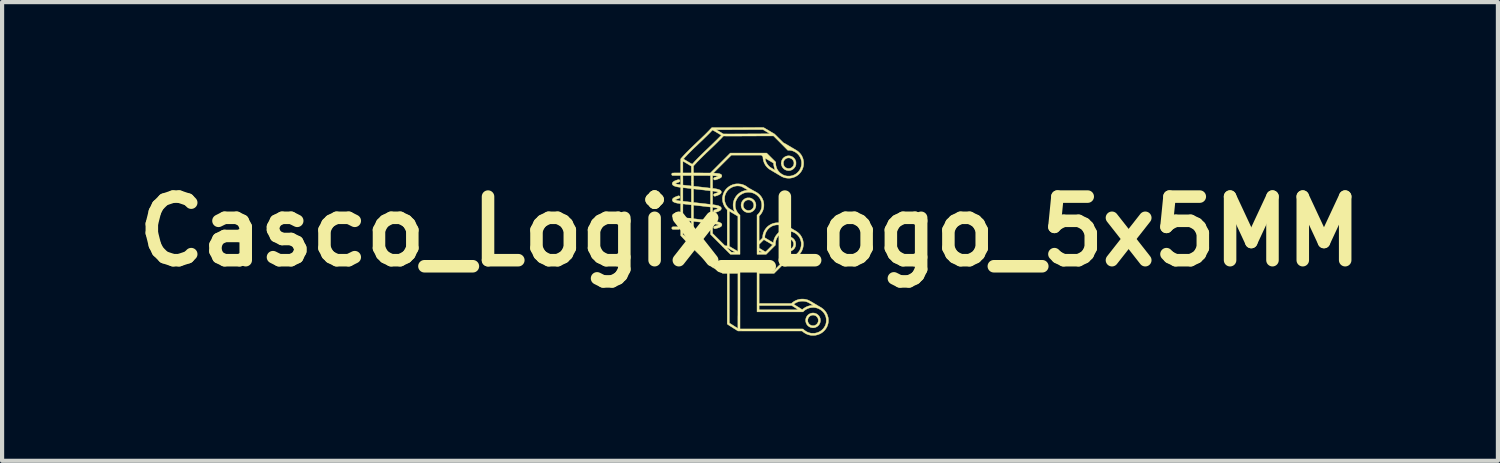
<source format=kicad_pcb>
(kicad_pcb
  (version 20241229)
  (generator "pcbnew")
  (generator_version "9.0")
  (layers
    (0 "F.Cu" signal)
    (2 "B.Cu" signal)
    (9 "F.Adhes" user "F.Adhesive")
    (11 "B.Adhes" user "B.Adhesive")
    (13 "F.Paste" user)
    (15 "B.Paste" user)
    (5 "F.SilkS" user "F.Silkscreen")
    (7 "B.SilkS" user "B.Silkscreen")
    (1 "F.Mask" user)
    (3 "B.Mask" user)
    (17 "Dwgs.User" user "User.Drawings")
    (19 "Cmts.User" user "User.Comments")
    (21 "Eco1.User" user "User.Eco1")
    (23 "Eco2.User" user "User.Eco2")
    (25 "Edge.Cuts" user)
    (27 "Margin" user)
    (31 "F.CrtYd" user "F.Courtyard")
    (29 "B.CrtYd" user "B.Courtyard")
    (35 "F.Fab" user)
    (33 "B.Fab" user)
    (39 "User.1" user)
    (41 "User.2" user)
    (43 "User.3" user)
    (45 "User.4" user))
  (footprint "Casco_Logix_Logo_5x5MM"
    (layer "F.Cu")
    (at 14.921 2.495)
    (property "Reference" "Casco_Logix_Logo_5x5MM" (at 0 0 0) (layer "F.SilkS") (effects (font (size 1.524 1.524) (thickness 0.3))))
    (attr through_hole)
    (fp_poly (pts (xy -1.796 -0.11) (xy -1.781 -0.11) (xy -1.772 -0.11) (xy -1.697 -0.11) (xy -1.691 -0.105) (xy -1.684 -0.097) (xy -1.679 -0.089) (xy -1.678 -0.079) (xy -1.68 -0.069) (xy -1.68 -0.068) (xy -1.684 -0.06) (xy -1.69 -0.055) (xy -1.696 -0.052) (xy -1.698 -0.051) (xy -1.7 -0.05) (xy -1.703 -0.05) (xy -1.707 -0.049) (xy -1.712 -0.049) (xy -1.719 -0.049) (xy -1.728 -0.049) (xy -1.739 -0.049) (xy -1.753 -0.048) (xy -1.77 -0.048) (xy -1.776 -0.048) (xy -1.794 -0.048) (xy -1.809 -0.049) (xy -1.821 -0.049) (xy -1.831 -0.049) (xy -1.838 -0.049) (xy -1.844 -0.049) (xy -1.848 -0.05) (xy -1.852 -0.05) (xy -1.854 -0.051) (xy -1.856 -0.051) (xy -1.857 -0.052) (xy -1.865 -0.057) (xy -1.871 -0.065) (xy -1.874 -0.074) (xy -1.875 -0.084) (xy -1.873 -0.09) (xy -1.87 -0.096) (xy -1.865 -0.102) (xy -1.858 -0.107) (xy -1.852 -0.11) (xy -1.852 -0.11) (xy -1.849 -0.11) (xy -1.843 -0.11) (xy -1.834 -0.11) (xy -1.823 -0.11) (xy -1.811 -0.11) (xy -1.796 -0.11)) (stroke (width 0.01) (type solid)) (fill yes) (layer "F.SilkS"))
    (fp_poly (pts (xy 0.957 -1.809) (xy 0.98 -1.804) (xy 1.002 -1.795) (xy 1.023 -1.783) (xy 1.023 -1.783) (xy 1.043 -1.767) (xy 1.06 -1.75) (xy 1.075 -1.73) (xy 1.087 -1.708) (xy 1.096 -1.684) (xy 1.097 -1.682) (xy 1.098 -1.676) (xy 1.1 -1.671) (xy 1.1 -1.666) (xy 1.101 -1.661) (xy 1.101 -1.654) (xy 1.101 -1.644) (xy 1.101 -1.635) (xy 1.101 -1.623) (xy 1.101 -1.614) (xy 1.101 -1.607) (xy 1.1 -1.602) (xy 1.099 -1.597) (xy 1.098 -1.592) (xy 1.097 -1.587) (xy 1.088 -1.563) (xy 1.076 -1.541) (xy 1.061 -1.521) (xy 1.045 -1.504) (xy 1.025 -1.488) (xy 1.004 -1.476) (xy 1 -1.474) (xy 0.982 -1.467) (xy 0.963 -1.461) (xy 0.943 -1.458) (xy 0.924 -1.457) (xy 0.911 -1.458) (xy 0.886 -1.462) (xy 0.861 -1.47) (xy 0.839 -1.48) (xy 0.819 -1.493) (xy 0.801 -1.509) (xy 0.797 -1.513) (xy 0.781 -1.532) (xy 0.769 -1.552) (xy 0.759 -1.574) (xy 0.753 -1.596) (xy 0.749 -1.619) (xy 0.748 -1.64) (xy 0.799 -1.64) (xy 0.799 -1.62) (xy 0.803 -1.601) (xy 0.81 -1.582) (xy 0.819 -1.565) (xy 0.831 -1.55) (xy 0.845 -1.536) (xy 0.862 -1.525) (xy 0.88 -1.516) (xy 0.887 -1.514) (xy 0.907 -1.509) (xy 0.927 -1.508) (xy 0.949 -1.51) (xy 0.959 -1.512) (xy 0.977 -1.518) (xy 0.993 -1.527) (xy 1.009 -1.54) (xy 1.014 -1.545) (xy 1.028 -1.56) (xy 1.038 -1.575) (xy 1.045 -1.592) (xy 1.05 -1.609) (xy 1.052 -1.629) (xy 1.052 -1.646) (xy 1.05 -1.661) (xy 1.046 -1.675) (xy 1.039 -1.691) (xy 1.039 -1.691) (xy 1.029 -1.708) (xy 1.017 -1.723) (xy 1.002 -1.736) (xy 0.985 -1.747) (xy 0.968 -1.754) (xy 0.948 -1.76) (xy 0.929 -1.762) (xy 0.909 -1.761) (xy 0.89 -1.757) (xy 0.872 -1.75) (xy 0.856 -1.741) (xy 0.84 -1.729) (xy 0.827 -1.715) (xy 0.816 -1.699) (xy 0.807 -1.681) (xy 0.801 -1.661) (xy 0.801 -1.66) (xy 0.799 -1.64) (xy 0.748 -1.64) (xy 0.748 -1.642) (xy 0.751 -1.664) (xy 0.756 -1.687) (xy 0.764 -1.708) (xy 0.775 -1.729) (xy 0.789 -1.748) (xy 0.804 -1.764) (xy 0.823 -1.779) (xy 0.844 -1.792) (xy 0.865 -1.801) (xy 0.887 -1.808) (xy 0.91 -1.811) (xy 0.934 -1.812) (xy 0.957 -1.809)) (stroke (width 0.01) (type solid)) (fill yes) (layer "F.SilkS"))
    (fp_poly (pts (xy -0.025 -0.804) (xy -0.016 -0.804) (xy -0.008 -0.804) (xy -0.002 -0.803) (xy 0.003 -0.802) (xy 0.009 -0.8) (xy 0.032 -0.792) (xy 0.053 -0.781) (xy 0.073 -0.767) (xy 0.085 -0.757) (xy 0.098 -0.744) (xy 0.109 -0.731) (xy 0.117 -0.717) (xy 0.122 -0.708) (xy 0.131 -0.686) (xy 0.138 -0.663) (xy 0.141 -0.64) (xy 0.141 -0.617) (xy 0.138 -0.594) (xy 0.132 -0.572) (xy 0.123 -0.551) (xy 0.112 -0.532) (xy 0.099 -0.514) (xy 0.083 -0.497) (xy 0.064 -0.483) (xy 0.044 -0.47) (xy 0.022 -0.461) (xy 0.02 -0.46) (xy 0.001 -0.455) (xy -0.019 -0.452) (xy -0.039 -0.451) (xy -0.059 -0.452) (xy -0.063 -0.453) (xy -0.084 -0.457) (xy -0.105 -0.465) (xy -0.125 -0.475) (xy -0.143 -0.487) (xy -0.16 -0.501) (xy -0.164 -0.505) (xy -0.18 -0.524) (xy -0.192 -0.545) (xy -0.202 -0.566) (xy -0.209 -0.588) (xy -0.213 -0.611) (xy -0.214 -0.632) (xy -0.164 -0.632) (xy -0.163 -0.613) (xy -0.159 -0.593) (xy -0.152 -0.575) (xy -0.141 -0.557) (xy -0.135 -0.548) (xy -0.122 -0.534) (xy -0.106 -0.522) (xy -0.088 -0.513) (xy -0.07 -0.506) (xy -0.057 -0.503) (xy -0.048 -0.502) (xy -0.037 -0.502) (xy -0.025 -0.502) (xy -0.013 -0.504) (xy -0.004 -0.506) (xy -0.001 -0.506) (xy 0.019 -0.514) (xy 0.037 -0.525) (xy 0.053 -0.538) (xy 0.066 -0.553) (xy 0.077 -0.571) (xy 0.078 -0.573) (xy 0.084 -0.588) (xy 0.088 -0.602) (xy 0.09 -0.618) (xy 0.09 -0.629) (xy 0.089 -0.649) (xy 0.084 -0.668) (xy 0.077 -0.686) (xy 0.066 -0.703) (xy 0.053 -0.718) (xy 0.045 -0.725) (xy 0.039 -0.731) (xy 0.034 -0.735) (xy 0.027 -0.738) (xy 0.021 -0.742) (xy 0.007 -0.748) (xy -0.006 -0.752) (xy -0.018 -0.754) (xy -0.032 -0.755) (xy -0.037 -0.755) (xy -0.057 -0.754) (xy -0.077 -0.749) (xy -0.095 -0.741) (xy -0.112 -0.73) (xy -0.123 -0.721) (xy -0.137 -0.705) (xy -0.148 -0.689) (xy -0.156 -0.67) (xy -0.161 -0.652) (xy -0.164 -0.632) (xy -0.214 -0.632) (xy -0.214 -0.634) (xy -0.212 -0.657) (xy -0.207 -0.679) (xy -0.199 -0.701) (xy -0.188 -0.721) (xy -0.174 -0.741) (xy -0.162 -0.753) (xy -0.148 -0.766) (xy -0.134 -0.777) (xy -0.118 -0.786) (xy -0.112 -0.789) (xy -0.1 -0.794) (xy -0.089 -0.798) (xy -0.078 -0.801) (xy -0.067 -0.803) (xy -0.055 -0.804) (xy -0.04 -0.804) (xy -0.036 -0.804) (xy -0.025 -0.804)) (stroke (width 0.01) (type solid)) (fill yes) (layer "F.SilkS"))
    (fp_poly (pts (xy 1.516 1.955) (xy 1.53 1.956) (xy 1.543 1.958) (xy 1.55 1.959) (xy 1.574 1.967) (xy 1.597 1.977) (xy 1.617 1.991) (xy 1.635 2.007) (xy 1.648 2.021) (xy 1.662 2.041) (xy 1.673 2.062) (xy 1.681 2.085) (xy 1.685 2.109) (xy 1.687 2.132) (xy 1.685 2.157) (xy 1.68 2.181) (xy 1.672 2.204) (xy 1.661 2.225) (xy 1.647 2.244) (xy 1.633 2.259) (xy 1.614 2.275) (xy 1.593 2.288) (xy 1.571 2.298) (xy 1.548 2.305) (xy 1.524 2.309) (xy 1.499 2.309) (xy 1.492 2.308) (xy 1.468 2.304) (xy 1.445 2.297) (xy 1.424 2.287) (xy 1.405 2.275) (xy 1.387 2.26) (xy 1.372 2.243) (xy 1.358 2.224) (xy 1.348 2.203) (xy 1.34 2.181) (xy 1.334 2.157) (xy 1.333 2.141) (xy 1.333 2.134) (xy 1.383 2.134) (xy 1.384 2.146) (xy 1.385 2.157) (xy 1.386 2.163) (xy 1.393 2.183) (xy 1.403 2.201) (xy 1.416 2.218) (xy 1.431 2.232) (xy 1.448 2.243) (xy 1.463 2.25) (xy 1.481 2.255) (xy 1.499 2.258) (xy 1.518 2.258) (xy 1.536 2.256) (xy 1.55 2.253) (xy 1.565 2.246) (xy 1.579 2.238) (xy 1.592 2.228) (xy 1.6 2.221) (xy 1.607 2.213) (xy 1.613 2.206) (xy 1.617 2.2) (xy 1.621 2.192) (xy 1.623 2.189) (xy 1.629 2.175) (xy 1.633 2.163) (xy 1.635 2.15) (xy 1.636 2.136) (xy 1.636 2.132) (xy 1.635 2.113) (xy 1.632 2.097) (xy 1.626 2.08) (xy 1.623 2.074) (xy 1.611 2.056) (xy 1.598 2.04) (xy 1.582 2.027) (xy 1.565 2.017) (xy 1.552 2.012) (xy 1.54 2.008) (xy 1.528 2.006) (xy 1.513 2.005) (xy 1.51 2.005) (xy 1.497 2.006) (xy 1.485 2.007) (xy 1.474 2.01) (xy 1.462 2.014) (xy 1.451 2.019) (xy 1.443 2.024) (xy 1.437 2.028) (xy 1.43 2.033) (xy 1.423 2.039) (xy 1.42 2.042) (xy 1.413 2.05) (xy 1.408 2.056) (xy 1.404 2.062) (xy 1.4 2.069) (xy 1.396 2.075) (xy 1.393 2.084) (xy 1.389 2.092) (xy 1.387 2.099) (xy 1.386 2.103) (xy 1.384 2.111) (xy 1.383 2.122) (xy 1.383 2.134) (xy 1.333 2.134) (xy 1.333 2.117) (xy 1.337 2.093) (xy 1.343 2.071) (xy 1.353 2.05) (xy 1.365 2.03) (xy 1.379 2.012) (xy 1.396 1.996) (xy 1.415 1.982) (xy 1.436 1.971) (xy 1.458 1.962) (xy 1.476 1.958) (xy 1.488 1.956) (xy 1.502 1.955) (xy 1.516 1.955)) (stroke (width 0.01) (type solid)) (fill yes) (layer "F.SilkS"))
    (fp_poly (pts (xy 0.932 0.127) (xy 0.945 0.128) (xy 0.957 0.13) (xy 0.959 0.131) (xy 0.981 0.138) (xy 1.001 0.147) (xy 1.019 0.158) (xy 1.035 0.171) (xy 1.04 0.175) (xy 1.057 0.194) (xy 1.071 0.213) (xy 1.081 0.234) (xy 1.089 0.256) (xy 1.094 0.28) (xy 1.095 0.296) (xy 1.094 0.321) (xy 1.091 0.345) (xy 1.084 0.368) (xy 1.074 0.389) (xy 1.064 0.405) (xy 1.051 0.422) (xy 1.035 0.437) (xy 1.017 0.45) (xy 0.998 0.462) (xy 0.978 0.471) (xy 0.958 0.477) (xy 0.938 0.48) (xy 0.931 0.48) (xy 0.925 0.481) (xy 0.921 0.481) (xy 0.921 0.481) (xy 0.917 0.481) (xy 0.911 0.481) (xy 0.904 0.48) (xy 0.901 0.48) (xy 0.878 0.476) (xy 0.855 0.469) (xy 0.833 0.459) (xy 0.813 0.446) (xy 0.794 0.43) (xy 0.793 0.429) (xy 0.777 0.41) (xy 0.764 0.391) (xy 0.754 0.37) (xy 0.746 0.348) (xy 0.745 0.342) (xy 0.744 0.337) (xy 0.743 0.331) (xy 0.743 0.324) (xy 0.742 0.314) (xy 0.742 0.309) (xy 0.792 0.309) (xy 0.792 0.31) (xy 0.794 0.331) (xy 0.8 0.35) (xy 0.809 0.368) (xy 0.82 0.385) (xy 0.834 0.399) (xy 0.85 0.411) (xy 0.869 0.421) (xy 0.889 0.428) (xy 0.898 0.429) (xy 0.909 0.43) (xy 0.921 0.43) (xy 0.933 0.429) (xy 0.944 0.428) (xy 0.95 0.427) (xy 0.969 0.42) (xy 0.987 0.411) (xy 1.003 0.399) (xy 1.016 0.385) (xy 1.027 0.369) (xy 1.036 0.351) (xy 1.042 0.332) (xy 1.045 0.312) (xy 1.045 0.296) (xy 1.042 0.276) (xy 1.036 0.257) (xy 1.027 0.239) (xy 1.015 0.222) (xy 1.011 0.217) (xy 0.995 0.203) (xy 0.978 0.192) (xy 0.96 0.184) (xy 0.94 0.178) (xy 0.92 0.177) (xy 0.9 0.178) (xy 0.879 0.183) (xy 0.876 0.184) (xy 0.864 0.189) (xy 0.853 0.194) (xy 0.843 0.202) (xy 0.832 0.211) (xy 0.828 0.215) (xy 0.821 0.223) (xy 0.816 0.229) (xy 0.812 0.234) (xy 0.808 0.241) (xy 0.805 0.247) (xy 0.798 0.263) (xy 0.794 0.277) (xy 0.792 0.292) (xy 0.792 0.309) (xy 0.742 0.309) (xy 0.742 0.303) (xy 0.742 0.292) (xy 0.743 0.283) (xy 0.743 0.276) (xy 0.744 0.271) (xy 0.745 0.266) (xy 0.746 0.261) (xy 0.747 0.257) (xy 0.756 0.232) (xy 0.768 0.21) (xy 0.782 0.19) (xy 0.799 0.173) (xy 0.818 0.158) (xy 0.838 0.145) (xy 0.861 0.136) (xy 0.878 0.131) (xy 0.889 0.129) (xy 0.903 0.127) (xy 0.917 0.127) (xy 0.932 0.127)) (stroke (width 0.01) (type solid)) (fill yes) (layer "F.SilkS"))
    (fp_poly (pts (xy 0.239 -2.49) (xy 0.255 -2.49) (xy 0.268 -2.49) (xy 0.28 -2.49) (xy 0.291 -2.489) (xy 0.299 -2.489) (xy 0.306 -2.489) (xy 0.312 -2.489) (xy 0.317 -2.489) (xy 0.321 -2.489) (xy 0.323 -2.488) (xy 0.325 -2.488) (xy 0.326 -2.488) (xy 0.327 -2.488) (xy 0.329 -2.487) (xy 0.334 -2.484) (xy 0.342 -2.479) (xy 0.352 -2.473) (xy 0.364 -2.467) (xy 0.377 -2.458) (xy 0.393 -2.449) (xy 0.409 -2.44) (xy 0.427 -2.429) (xy 0.446 -2.418) (xy 0.457 -2.412) (xy 0.476 -2.4) (xy 0.494 -2.39) (xy 0.511 -2.379) (xy 0.527 -2.37) (xy 0.541 -2.362) (xy 0.554 -2.354) (xy 0.564 -2.348) (xy 0.573 -2.343) (xy 0.579 -2.34) (xy 0.582 -2.338) (xy 0.583 -2.338) (xy 0.584 -2.337) (xy 0.588 -2.333) (xy 0.594 -2.328) (xy 0.602 -2.32) (xy 0.611 -2.311) (xy 0.622 -2.3) (xy 0.635 -2.288) (xy 0.648 -2.274) (xy 0.663 -2.26) (xy 0.678 -2.244) (xy 0.694 -2.229) (xy 0.71 -2.213) (xy 0.725 -2.198) (xy 0.74 -2.183) (xy 0.754 -2.17) (xy 0.766 -2.157) (xy 0.777 -2.147) (xy 0.786 -2.137) (xy 0.794 -2.13) (xy 0.8 -2.125) (xy 0.803 -2.121) (xy 0.805 -2.12) (xy 0.807 -2.12) (xy 0.811 -2.118) (xy 0.817 -2.115) (xy 0.825 -2.112) (xy 0.834 -2.106) (xy 0.846 -2.1) (xy 0.86 -2.092) (xy 0.876 -2.083) (xy 0.894 -2.072) (xy 0.916 -2.059) (xy 0.94 -2.045) (xy 0.959 -2.034) (xy 0.978 -2.022) (xy 0.997 -2.011) (xy 1.015 -2) (xy 1.033 -1.99) (xy 1.049 -1.98) (xy 1.064 -1.972) (xy 1.076 -1.964) (xy 1.087 -1.958) (xy 1.096 -1.953) (xy 1.101 -1.949) (xy 1.102 -1.949) (xy 1.123 -1.936) (xy 1.141 -1.923) (xy 1.158 -1.91) (xy 1.173 -1.896) (xy 1.197 -1.871) (xy 1.219 -1.844) (xy 1.238 -1.815) (xy 1.253 -1.784) (xy 1.266 -1.753) (xy 1.275 -1.721) (xy 1.282 -1.687) (xy 1.285 -1.654) (xy 1.285 -1.619) (xy 1.282 -1.585) (xy 1.276 -1.551) (xy 1.267 -1.521) (xy 1.255 -1.488) (xy 1.239 -1.458) (xy 1.221 -1.429) (xy 1.2 -1.402) (xy 1.177 -1.377) (xy 1.151 -1.354) (xy 1.124 -1.334) (xy 1.095 -1.317) (xy 1.064 -1.302) (xy 1.031 -1.29) (xy 1.008 -1.284) (xy 0.977 -1.278) (xy 0.945 -1.275) (xy 0.912 -1.275) (xy 0.88 -1.278) (xy 0.849 -1.283) (xy 0.827 -1.288) (xy 0.807 -1.295) (xy 0.788 -1.302) (xy 0.77 -1.31) (xy 0.751 -1.32) (xy 0.732 -1.331) (xy 0.728 -1.333) (xy 0.724 -1.336) (xy 0.717 -1.34) (xy 0.708 -1.346) (xy 0.696 -1.352) (xy 0.683 -1.36) (xy 0.668 -1.369) (xy 0.651 -1.379) (xy 0.634 -1.39) (xy 0.615 -1.401) (xy 0.596 -1.412) (xy 0.589 -1.416) (xy 0.57 -1.427) (xy 0.551 -1.439) (xy 0.533 -1.449) (xy 0.517 -1.459) (xy 0.501 -1.469) (xy 0.487 -1.477) (xy 0.475 -1.485) (xy 0.465 -1.491) (xy 0.458 -1.496) (xy 0.453 -1.499) (xy 0.452 -1.5) (xy 0.425 -1.522) (xy 0.401 -1.547) (xy 0.379 -1.573) (xy 0.361 -1.602) (xy 0.344 -1.633) (xy 0.331 -1.665) (xy 0.321 -1.698) (xy 0.316 -1.718) (xy 0.314 -1.73) (xy 0.312 -1.742) (xy 0.311 -1.753) (xy 0.362 -1.753) (xy 0.362 -1.748) (xy 0.363 -1.741) (xy 0.364 -1.733) (xy 0.366 -1.725) (xy 0.368 -1.716) (xy 0.37 -1.708) (xy 0.37 -1.708) (xy 0.379 -1.678) (xy 0.392 -1.65) (xy 0.407 -1.622) (xy 0.426 -1.596) (xy 0.446 -1.572) (xy 0.469 -1.55) (xy 0.484 -1.538) (xy 0.487 -1.536) (xy 0.493 -1.532) (xy 0.5 -1.528) (xy 0.509 -1.522) (xy 0.52 -1.516) (xy 0.531 -1.509) (xy 0.543 -1.502) (xy 0.554 -1.495) (xy 0.566 -1.488) (xy 0.576 -1.482) (xy 0.586 -1.476) (xy 0.594 -1.472) (xy 0.6 -1.468) (xy 0.604 -1.466) (xy 0.605 -1.465) (xy 0.606 -1.466) (xy 0.606 -1.466) (xy 0.606 -1.468) (xy 0.604 -1.472) (xy 0.601 -1.478) (xy 0.599 -1.483) (xy 0.59 -1.503) (xy 0.582 -1.526) (xy 0.576 -1.55) (xy 0.571 -1.573) (xy 0.567 -1.597) (xy 0.565 -1.618) (xy 0.565 -1.627) (xy 0.565 -1.636) (xy 0.464 -1.696) (xy 0.447 -1.706) (xy 0.431 -1.715) (xy 0.415 -1.724) (xy 0.402 -1.732) (xy 0.39 -1.739) (xy 0.379 -1.745) (xy 0.371 -1.75) (xy 0.366 -1.753) (xy 0.362 -1.755) (xy 0.362 -1.755) (xy 0.362 -1.753) (xy 0.311 -1.753) (xy 0.311 -1.756) (xy 0.31 -1.768) (xy 0.309 -1.779) (xy 0.309 -1.782) (xy 0.309 -1.791) (xy 0.291 -1.81) (xy 0.272 -1.828) (xy -0.088 -1.828) (xy -0.448 -1.828) (xy -0.879 -1.399) (xy -0.844 -1.396) (xy -0.819 -1.395) (xy -0.797 -1.393) (xy -0.775 -1.39) (xy -0.756 -1.387) (xy -0.74 -1.384) (xy -0.736 -1.383) (xy -0.718 -1.378) (xy -0.703 -1.371) (xy -0.692 -1.364) (xy -0.683 -1.355) (xy -0.678 -1.344) (xy -0.676 -1.333) (xy -0.676 -1.328) (xy -0.678 -1.317) (xy -0.682 -1.307) (xy -0.689 -1.298) (xy -0.692 -1.296) (xy -0.7 -1.288) (xy -0.711 -1.281) (xy -0.723 -1.274) (xy -0.739 -1.267) (xy -0.757 -1.259) (xy -0.778 -1.252) (xy -0.795 -1.246) (xy -0.808 -1.241) (xy -0.819 -1.238) (xy -0.827 -1.235) (xy -0.834 -1.234) (xy -0.839 -1.233) (xy -0.843 -1.232) (xy -0.846 -1.233) (xy -0.85 -1.233) (xy -0.851 -1.234) (xy -0.859 -1.238) (xy -0.866 -1.244) (xy -0.871 -1.252) (xy -0.874 -1.261) (xy -0.873 -1.269) (xy -0.87 -1.277) (xy -0.865 -1.284) (xy -0.859 -1.29) (xy -0.856 -1.291) (xy -0.852 -1.293) (xy -0.845 -1.295) (xy -0.837 -1.298) (xy -0.828 -1.301) (xy -0.823 -1.302) (xy -0.813 -1.305) (xy -0.801 -1.309) (xy -0.79 -1.313) (xy -0.781 -1.317) (xy -0.779 -1.317) (xy -0.772 -1.32) (xy -0.767 -1.322) (xy -0.765 -1.324) (xy -0.764 -1.325) (xy -0.766 -1.326) (xy -0.77 -1.327) (xy -0.778 -1.328) (xy -0.788 -1.329) (xy -0.799 -1.33) (xy -0.812 -1.331) (xy -0.825 -1.333) (xy -0.838 -1.334) (xy -0.844 -1.334) (xy -0.855 -1.335) (xy -0.866 -1.335) (xy -0.875 -1.336) (xy -0.882 -1.336) (xy -0.886 -1.336) (xy -0.897 -1.337) (xy -0.897 -1.184) (xy -0.897 -1.155) (xy -0.897 -1.129) (xy -0.897 -1.106) (xy -0.896 -1.085) (xy -0.896 -1.068) (xy -0.896 -1.054) (xy -0.896 -1.044) (xy -0.896 -1.036) (xy -0.895 -1.032) (xy -0.895 -1.032) (xy -0.891 -1.031) (xy -0.885 -1.03) (xy -0.876 -1.029) (xy -0.865 -1.028) (xy -0.854 -1.026) (xy -0.841 -1.024) (xy -0.829 -1.022) (xy -0.818 -1.02) (xy -0.808 -1.019) (xy -0.8 -1.017) (xy -0.799 -1.017) (xy -0.774 -1.011) (xy -0.753 -1.005) (xy -0.734 -0.998) (xy -0.719 -0.991) (xy -0.707 -0.982) (xy -0.698 -0.973) (xy -0.691 -0.963) (xy -0.688 -0.952) (xy -0.687 -0.944) (xy -0.689 -0.933) (xy -0.692 -0.922) (xy -0.699 -0.911) (xy -0.708 -0.901) (xy -0.721 -0.892) (xy -0.736 -0.882) (xy -0.755 -0.873) (xy -0.775 -0.864) (xy -0.786 -0.86) (xy -0.797 -0.856) (xy -0.809 -0.852) (xy -0.819 -0.849) (xy -0.829 -0.846) (xy -0.837 -0.844) (xy -0.842 -0.843) (xy -0.843 -0.843) (xy -0.852 -0.845) (xy -0.861 -0.849) (xy -0.867 -0.856) (xy -0.872 -0.864) (xy -0.874 -0.873) (xy -0.873 -0.882) (xy -0.87 -0.888) (xy -0.868 -0.893) (xy -0.863 -0.897) (xy -0.857 -0.901) (xy -0.849 -0.904) (xy -0.838 -0.908) (xy -0.834 -0.91) (xy -0.819 -0.915) (xy -0.804 -0.92) (xy -0.79 -0.926) (xy -0.778 -0.931) (xy -0.768 -0.936) (xy -0.766 -0.937) (xy -0.758 -0.941) (xy -0.766 -0.944) (xy -0.775 -0.947) (xy -0.787 -0.95) (xy -0.802 -0.954) (xy -0.818 -0.957) (xy -0.835 -0.96) (xy -0.852 -0.963) (xy -0.869 -0.965) (xy -0.873 -0.966) (xy -0.881 -0.967) (xy -0.887 -0.968) (xy -0.892 -0.968) (xy -0.893 -0.969) (xy -0.897 -0.969) (xy -0.897 -0.642) (xy -0.869 -0.638) (xy -0.851 -0.635) (xy -0.833 -0.632) (xy -0.815 -0.629) (xy -0.797 -0.625) (xy -0.782 -0.621) (xy -0.768 -0.618) (xy -0.764 -0.617) (xy -0.743 -0.61) (xy -0.726 -0.602) (xy -0.712 -0.593) (xy -0.701 -0.584) (xy -0.693 -0.573) (xy -0.689 -0.562) (xy -0.687 -0.552) (xy -0.688 -0.541) (xy -0.692 -0.531) (xy -0.698 -0.521) (xy -0.706 -0.511) (xy -0.718 -0.502) (xy -0.732 -0.493) (xy -0.749 -0.485) (xy -0.77 -0.476) (xy -0.793 -0.467) (xy -0.797 -0.466) (xy -0.808 -0.462) (xy -0.817 -0.459) (xy -0.824 -0.458) (xy -0.83 -0.456) (xy -0.835 -0.456) (xy -0.84 -0.455) (xy -0.842 -0.455) (xy -0.849 -0.455) (xy -0.853 -0.456) (xy -0.857 -0.457) (xy -0.861 -0.46) (xy -0.861 -0.46) (xy -0.868 -0.468) (xy -0.872 -0.476) (xy -0.874 -0.485) (xy -0.872 -0.495) (xy -0.867 -0.503) (xy -0.864 -0.506) (xy -0.859 -0.511) (xy -0.853 -0.514) (xy -0.845 -0.517) (xy -0.832 -0.52) (xy -0.819 -0.525) (xy -0.806 -0.529) (xy -0.793 -0.534) (xy -0.782 -0.538) (xy -0.774 -0.542) (xy -0.772 -0.543) (xy -0.759 -0.549) (xy -0.766 -0.552) (xy -0.774 -0.555) (xy -0.785 -0.558) (xy -0.799 -0.561) (xy -0.815 -0.565) (xy -0.833 -0.569) (xy -0.853 -0.572) (xy -0.873 -0.576) (xy -0.89 -0.578) (xy -0.897 -0.579) (xy -0.897 -0.252) (xy -0.891 -0.252) (xy -0.872 -0.248) (xy -0.855 -0.246) (xy -0.841 -0.243) (xy -0.829 -0.241) (xy -0.82 -0.24) (xy -0.812 -0.238) (xy -0.805 -0.237) (xy -0.799 -0.235) (xy -0.793 -0.234) (xy -0.792 -0.234) (xy -0.766 -0.228) (xy -0.744 -0.221) (xy -0.725 -0.214) (xy -0.709 -0.206) (xy -0.696 -0.198) (xy -0.686 -0.189) (xy -0.679 -0.179) (xy -0.675 -0.169) (xy -0.674 -0.158) (xy -0.675 -0.149) (xy -0.678 -0.139) (xy -0.683 -0.131) (xy -0.686 -0.127) (xy -0.697 -0.117) (xy -0.711 -0.107) (xy -0.728 -0.098) (xy -0.749 -0.09) (xy -0.773 -0.082) (xy -0.799 -0.074) (xy -0.823 -0.068) (xy -0.834 -0.066) (xy -0.843 -0.065) (xy -0.85 -0.066) (xy -0.856 -0.067) (xy -0.861 -0.071) (xy -0.864 -0.074) (xy -0.87 -0.082) (xy -0.873 -0.091) (xy -0.873 -0.101) (xy -0.87 -0.11) (xy -0.864 -0.118) (xy -0.862 -0.12) (xy -0.859 -0.122) (xy -0.853 -0.124) (xy -0.845 -0.127) (xy -0.833 -0.13) (xy -0.832 -0.13) (xy -0.809 -0.136) (xy -0.789 -0.142) (xy -0.773 -0.147) (xy -0.761 -0.152) (xy -0.749 -0.157) (xy -0.754 -0.159) (xy -0.76 -0.161) (xy -0.768 -0.163) (xy -0.778 -0.166) (xy -0.789 -0.169) (xy -0.799 -0.172) (xy -0.809 -0.174) (xy -0.811 -0.174) (xy -0.818 -0.176) (xy -0.826 -0.177) (xy -0.837 -0.179) (xy -0.847 -0.181) (xy -0.858 -0.183) (xy -0.869 -0.185) (xy -0.878 -0.186) (xy -0.886 -0.187) (xy -0.891 -0.188) (xy -0.894 -0.188) (xy -0.894 -0.188) (xy -0.895 -0.188) (xy -0.895 -0.187) (xy -0.896 -0.184) (xy -0.896 -0.181) (xy -0.896 -0.177) (xy -0.896 -0.17) (xy -0.897 -0.162) (xy -0.897 -0.152) (xy -0.897 -0.14) (xy -0.897 -0.125) (xy -0.897 -0.107) (xy -0.897 -0.086) (xy -0.897 -0.07) (xy -0.897 0.048) (xy -0.748 0.196) (xy -0.599 0.345) (xy -0.546 0.346) (xy -0.546 -0.07) (xy -0.496 -0.07) (xy -0.496 0.357) (xy -0.394 0.418) (xy -0.291 0.478) (xy -0.291 0.057) (xy -0.291 0.02) (xy -0.291 -0.017) (xy -0.291 -0.053) (xy -0.291 -0.088) (xy -0.291 -0.122) (xy -0.291 -0.153) (xy -0.291 -0.184) (xy -0.291 -0.212) (xy -0.291 -0.239) (xy -0.291 -0.263) (xy -0.291 -0.285) (xy -0.291 -0.305) (xy -0.291 -0.322) (xy -0.291 -0.337) (xy -0.291 -0.348) (xy -0.291 -0.357) (xy -0.291 -0.362) (xy -0.292 -0.365) (xy -0.292 -0.365) (xy -0.293 -0.366) (xy -0.298 -0.368) (xy -0.304 -0.373) (xy -0.313 -0.378) (xy -0.324 -0.384) (xy -0.336 -0.391) (xy -0.349 -0.399) (xy -0.363 -0.408) (xy -0.378 -0.416) (xy -0.393 -0.425) (xy -0.408 -0.434) (xy -0.423 -0.443) (xy -0.437 -0.451) (xy -0.45 -0.459) (xy -0.462 -0.466) (xy -0.473 -0.473) (xy -0.482 -0.478) (xy -0.489 -0.482) (xy -0.493 -0.484) (xy -0.495 -0.486) (xy -0.495 -0.486) (xy -0.495 -0.484) (xy -0.495 -0.479) (xy -0.495 -0.471) (xy -0.495 -0.459) (xy -0.495 -0.445) (xy -0.496 -0.429) (xy -0.496 -0.409) (xy -0.496 -0.388) (xy -0.496 -0.364) (xy -0.496 -0.337) (xy -0.496 -0.309) (xy -0.496 -0.279) (xy -0.496 -0.248) (xy -0.496 -0.215) (xy -0.496 -0.18) (xy -0.496 -0.144) (xy -0.496 -0.108) (xy -0.496 -0.07) (xy -0.546 -0.07) (xy -0.546 -0.519) (xy -0.557 -0.53) (xy -0.562 -0.535) (xy -0.569 -0.543) (xy -0.576 -0.551) (xy -0.581 -0.557) (xy -0.602 -0.585) (xy -0.619 -0.615) (xy -0.634 -0.646) (xy -0.645 -0.678) (xy -0.654 -0.711) (xy -0.659 -0.745) (xy -0.66 -0.769) (xy -0.61 -0.769) (xy -0.608 -0.738) (xy -0.602 -0.708) (xy -0.592 -0.678) (xy -0.581 -0.65) (xy -0.57 -0.629) (xy -0.558 -0.61) (xy -0.545 -0.592) (xy -0.539 -0.585) (xy -0.533 -0.578) (xy -0.528 -0.572) (xy -0.523 -0.567) (xy -0.517 -0.562) (xy -0.511 -0.557) (xy -0.504 -0.551) (xy -0.496 -0.546) (xy -0.486 -0.539) (xy -0.474 -0.532) (xy -0.461 -0.524) (xy -0.444 -0.514) (xy -0.437 -0.51) (xy -0.421 -0.5) (xy -0.407 -0.492) (xy -0.396 -0.486) (xy -0.388 -0.48) (xy -0.381 -0.476) (xy -0.376 -0.474) (xy -0.372 -0.472) (xy -0.37 -0.471) (xy -0.369 -0.47) (xy -0.368 -0.47) (xy -0.368 -0.471) (xy -0.369 -0.472) (xy -0.371 -0.476) (xy -0.373 -0.482) (xy -0.375 -0.486) (xy -0.382 -0.503) (xy -0.389 -0.522) (xy -0.394 -0.542) (xy -0.398 -0.559) (xy -0.403 -0.593) (xy -0.405 -0.627) (xy -0.404 -0.66) (xy -0.399 -0.693) (xy -0.392 -0.726) (xy -0.381 -0.757) (xy -0.367 -0.787) (xy -0.351 -0.816) (xy -0.332 -0.844) (xy -0.311 -0.869) (xy -0.287 -0.893) (xy -0.26 -0.915) (xy -0.232 -0.934) (xy -0.205 -0.949) (xy -0.186 -0.958) (xy -0.168 -0.965) (xy -0.149 -0.971) (xy -0.13 -0.977) (xy -0.109 -0.981) (xy -0.085 -0.985) (xy -0.067 -0.988) (xy -0.057 -0.989) (xy -0.063 -0.996) (xy -0.066 -0.999) (xy -0.071 -1.002) (xy -0.079 -1.007) (xy -0.088 -1.013) (xy -0.1 -1.02) (xy -0.115 -1.028) (xy -0.133 -1.038) (xy -0.139 -1.042) (xy -0.156 -1.051) (xy -0.169 -1.058) (xy -0.181 -1.064) (xy -0.19 -1.069) (xy -0.197 -1.073) (xy -0.203 -1.076) (xy -0.208 -1.078) (xy -0.213 -1.08) (xy -0.216 -1.081) (xy -0.22 -1.082) (xy -0.224 -1.083) (xy -0.225 -1.083) (xy -0.258 -1.088) (xy -0.292 -1.09) (xy -0.325 -1.089) (xy -0.357 -1.084) (xy -0.389 -1.075) (xy -0.42 -1.064) (xy -0.45 -1.049) (xy -0.474 -1.035) (xy -0.487 -1.025) (xy -0.501 -1.013) (xy -0.516 -1) (xy -0.53 -0.986) (xy -0.543 -0.971) (xy -0.553 -0.958) (xy -0.555 -0.956) (xy -0.571 -0.93) (xy -0.585 -0.903) (xy -0.596 -0.874) (xy -0.604 -0.844) (xy -0.609 -0.815) (xy -0.61 -0.801) (xy -0.61 -0.769) (xy -0.66 -0.769) (xy -0.661 -0.779) (xy -0.66 -0.805) (xy -0.656 -0.839) (xy -0.648 -0.873) (xy -0.638 -0.905) (xy -0.624 -0.936) (xy -0.608 -0.966) (xy -0.589 -0.994) (xy -0.567 -1.02) (xy -0.543 -1.044) (xy -0.516 -1.066) (xy -0.487 -1.086) (xy -0.457 -1.102) (xy -0.425 -1.116) (xy -0.392 -1.127) (xy -0.358 -1.135) (xy -0.324 -1.139) (xy -0.29 -1.14) (xy -0.256 -1.138) (xy -0.222 -1.134) (xy -0.189 -1.126) (xy -0.156 -1.115) (xy -0.125 -1.101) (xy -0.095 -1.085) (xy -0.067 -1.065) (xy -0.057 -1.058) (xy -0.053 -1.054) (xy -0.048 -1.051) (xy -0.041 -1.047) (xy -0.034 -1.042) (xy -0.024 -1.036) (xy -0.012 -1.029) (xy 0.001 -1.022) (xy 0.018 -1.012) (xy 0.037 -1.002) (xy 0.041 -0.999) (xy 0.058 -0.99) (xy 0.073 -0.981) (xy 0.088 -0.973) (xy 0.102 -0.966) (xy 0.114 -0.959) (xy 0.125 -0.953) (xy 0.133 -0.949) (xy 0.139 -0.945) (xy 0.141 -0.944) (xy 0.169 -0.928) (xy 0.196 -0.908) (xy 0.222 -0.886) (xy 0.245 -0.861) (xy 0.266 -0.835) (xy 0.279 -0.816) (xy 0.296 -0.785) (xy 0.31 -0.753) (xy 0.321 -0.72) (xy 0.328 -0.686) (xy 0.332 -0.652) (xy 0.332 -0.617) (xy 0.332 -0.605) (xy 0.328 -0.571) (xy 0.32 -0.537) (xy 0.31 -0.505) (xy 0.296 -0.473) (xy 0.279 -0.443) (xy 0.259 -0.414) (xy 0.237 -0.387) (xy 0.233 -0.383) (xy 0.218 -0.367) (xy 0.218 0.239) (xy 0.26 0.197) (xy 0.302 0.155) (xy 0.302 0.15) (xy 0.353 0.15) (xy 0.456 0.212) (xy 0.559 0.273) (xy 0.56 0.261) (xy 0.561 0.254) (xy 0.563 0.246) (xy 0.564 0.236) (xy 0.565 0.232) (xy 0.573 0.199) (xy 0.585 0.167) (xy 0.599 0.136) (xy 0.617 0.107) (xy 0.637 0.08) (xy 0.659 0.054) (xy 0.684 0.03) (xy 0.71 0.01) (xy 0.727 -0.002) (xy 0.755 -0.018) (xy 0.785 -0.031) (xy 0.815 -0.041) (xy 0.847 -0.049) (xy 0.881 -0.055) (xy 0.901 -0.057) (xy 0.917 -0.058) (xy 0.862 -0.09) (xy 0.848 -0.098) (xy 0.835 -0.106) (xy 0.823 -0.113) (xy 0.812 -0.119) (xy 0.803 -0.124) (xy 0.796 -0.128) (xy 0.792 -0.13) (xy 0.764 -0.141) (xy 0.734 -0.15) (xy 0.704 -0.155) (xy 0.672 -0.157) (xy 0.641 -0.157) (xy 0.61 -0.153) (xy 0.579 -0.146) (xy 0.565 -0.142) (xy 0.538 -0.132) (xy 0.511 -0.118) (xy 0.485 -0.102) (xy 0.461 -0.083) (xy 0.439 -0.062) (xy 0.43 -0.053) (xy 0.411 -0.029) (xy 0.395 -0.004) (xy 0.381 0.023) (xy 0.37 0.051) (xy 0.361 0.079) (xy 0.356 0.108) (xy 0.354 0.135) (xy 0.353 0.15) (xy 0.302 0.15) (xy 0.302 0.144) (xy 0.303 0.123) (xy 0.306 0.101) (xy 0.31 0.077) (xy 0.316 0.054) (xy 0.323 0.032) (xy 0.33 0.013) (xy 0.346 -0.019) (xy 0.364 -0.049) (xy 0.385 -0.077) (xy 0.408 -0.103) (xy 0.433 -0.126) (xy 0.461 -0.146) (xy 0.49 -0.164) (xy 0.521 -0.179) (xy 0.554 -0.191) (xy 0.588 -0.2) (xy 0.613 -0.205) (xy 0.627 -0.206) (xy 0.644 -0.207) (xy 0.661 -0.208) (xy 0.679 -0.207) (xy 0.695 -0.207) (xy 0.71 -0.205) (xy 0.713 -0.205) (xy 0.739 -0.2) (xy 0.766 -0.193) (xy 0.791 -0.185) (xy 0.815 -0.175) (xy 0.823 -0.171) (xy 0.826 -0.169) (xy 0.832 -0.166) (xy 0.84 -0.161) (xy 0.851 -0.155) (xy 0.864 -0.147) (xy 0.878 -0.139) (xy 0.893 -0.13) (xy 0.91 -0.12) (xy 0.928 -0.11) (xy 0.943 -0.1) (xy 0.962 -0.089) (xy 0.981 -0.078) (xy 0.999 -0.067) (xy 1.017 -0.057) (xy 1.033 -0.047) (xy 1.048 -0.038) (xy 1.062 -0.03) (xy 1.073 -0.023) (xy 1.082 -0.018) (xy 1.086 -0.016) (xy 1.097 -0.009) (xy 1.108 -0.002) (xy 1.118 0.004) (xy 1.127 0.011) (xy 1.134 0.016) (xy 1.135 0.016) (xy 1.145 0.024) (xy 1.156 0.034) (xy 1.168 0.045) (xy 1.18 0.057) (xy 1.19 0.068) (xy 1.199 0.078) (xy 1.204 0.084) (xy 1.224 0.114) (xy 1.241 0.144) (xy 1.255 0.176) (xy 1.266 0.209) (xy 1.273 0.243) (xy 1.278 0.277) (xy 1.278 0.311) (xy 1.276 0.346) (xy 1.27 0.381) (xy 1.261 0.415) (xy 1.259 0.419) (xy 1.247 0.451) (xy 1.232 0.481) (xy 1.214 0.51) (xy 1.193 0.537) (xy 1.17 0.561) (xy 1.145 0.584) (xy 1.118 0.604) (xy 1.089 0.621) (xy 1.058 0.636) (xy 1.026 0.647) (xy 0.993 0.656) (xy 0.965 0.661) (xy 0.956 0.662) (xy 0.946 0.663) (xy 0.937 0.663) (xy 0.932 0.664) (xy 0.918 0.664) (xy 0.576 1.006) (xy 0.218 1.006) (xy 0.218 1.726) (xy 0.992 1.726) (xy 1.008 1.712) (xy 1.03 1.695) (xy 1.054 1.678) (xy 1.08 1.663) (xy 1.106 1.651) (xy 1.129 1.642) (xy 1.156 1.633) (xy 1.182 1.627) (xy 1.209 1.623) (xy 1.237 1.621) (xy 1.255 1.621) (xy 1.289 1.622) (xy 1.321 1.626) (xy 1.352 1.633) (xy 1.383 1.642) (xy 1.413 1.655) (xy 1.42 1.659) (xy 1.424 1.661) (xy 1.431 1.665) (xy 1.44 1.67) (xy 1.452 1.677) (xy 1.465 1.684) (xy 1.48 1.693) (xy 1.496 1.702) (xy 1.513 1.712) (xy 1.531 1.723) (xy 1.55 1.734) (xy 1.569 1.745) (xy 1.588 1.756) (xy 1.607 1.768) (xy 1.625 1.778) (xy 1.642 1.789) (xy 1.659 1.798) (xy 1.674 1.807) (xy 1.687 1.815) (xy 1.698 1.822) (xy 1.708 1.828) (xy 1.715 1.832) (xy 1.718 1.835) (xy 1.746 1.855) (xy 1.772 1.878) (xy 1.795 1.904) (xy 1.816 1.931) (xy 1.834 1.96) (xy 1.849 1.991) (xy 1.861 2.024) (xy 1.871 2.057) (xy 1.876 2.091) (xy 1.877 2.102) (xy 1.878 2.115) (xy 1.878 2.129) (xy 1.878 2.144) (xy 1.877 2.158) (xy 1.877 2.171) (xy 1.876 2.178) (xy 1.869 2.213) (xy 1.859 2.247) (xy 1.846 2.28) (xy 1.83 2.31) (xy 1.812 2.339) (xy 1.79 2.366) (xy 1.765 2.392) (xy 1.738 2.415) (xy 1.737 2.416) (xy 1.708 2.436) (xy 1.677 2.453) (xy 1.645 2.467) (xy 1.611 2.478) (xy 1.577 2.486) (xy 1.558 2.489) (xy 1.545 2.49) (xy 1.529 2.491) (xy 1.512 2.491) (xy 1.495 2.491) (xy 1.479 2.491) (xy 1.465 2.489) (xy 1.46 2.489) (xy 1.425 2.482) (xy 1.391 2.473) (xy 1.358 2.46) (xy 1.327 2.444) (xy 1.296 2.425) (xy 1.268 2.404) (xy 1.26 2.397) (xy 1.248 2.386) (xy 0.48 2.386) (xy 0.412 2.386) (xy 0.347 2.386) (xy 0.286 2.386) (xy 0.228 2.386) (xy 0.174 2.386) (xy 0.123 2.386) (xy 0.075 2.386) (xy 0.03 2.386) (xy -0.012 2.386) (xy -0.051 2.386) (xy -0.086 2.386) (xy -0.119 2.386) (xy -0.148 2.386) (xy -0.175 2.386) (xy -0.199 2.385) (xy -0.22 2.385) (xy -0.238 2.385) (xy -0.253 2.385) (xy -0.266 2.385) (xy -0.276 2.385) (xy -0.284 2.385) (xy -0.288 2.385) (xy -0.291 2.384) (xy -0.291 2.384) (xy -0.293 2.383) (xy -0.297 2.38) (xy -0.304 2.376) (xy -0.313 2.37) (xy -0.324 2.363) (xy -0.337 2.354) (xy -0.352 2.345) (xy -0.368 2.335) (xy -0.386 2.324) (xy -0.404 2.312) (xy -0.416 2.305) (xy -0.437 2.291) (xy -0.457 2.279) (xy -0.473 2.269) (xy -0.487 2.26) (xy -0.499 2.252) (xy -0.509 2.245) (xy -0.518 2.24) (xy -0.524 2.235) (xy -0.53 2.232) (xy -0.534 2.229) (xy -0.537 2.226) (xy -0.539 2.224) (xy -0.54 2.223) (xy -0.541 2.221) (xy -0.542 2.22) (xy -0.546 2.213) (xy -0.546 1.006) (xy -0.496 1.006) (xy -0.495 1.6) (xy -0.495 2.195) (xy -0.394 2.259) (xy -0.377 2.27) (xy -0.361 2.28) (xy -0.346 2.29) (xy -0.332 2.298) (xy -0.32 2.306) (xy -0.31 2.313) (xy -0.302 2.318) (xy -0.296 2.321) (xy -0.292 2.323) (xy -0.292 2.324) (xy -0.291 2.322) (xy -0.291 2.317) (xy -0.291 2.309) (xy -0.291 2.298) (xy -0.291 2.283) (xy -0.291 2.266) (xy -0.291 2.246) (xy -0.291 2.223) (xy -0.291 2.198) (xy -0.291 2.171) (xy -0.291 2.141) (xy -0.291 2.109) (xy -0.291 2.075) (xy -0.291 2.039) (xy -0.29 2.002) (xy -0.29 1.963) (xy -0.29 1.922) (xy -0.29 1.879) (xy -0.29 1.836) (xy -0.29 1.791) (xy -0.29 1.745) (xy -0.29 1.698) (xy -0.29 1.665) (xy -0.29 1.006) (xy -0.496 1.006) (xy -0.546 1.006) (xy -0.601 1.006) (xy -0.616 1.006) (xy -0.628 1.006) (xy -0.638 1.005) (xy -0.645 1.005) (xy -0.65 1.005) (xy -0.654 1.005) (xy -0.656 1.004) (xy -0.658 1.003) (xy -0.659 1.003) (xy -0.661 1.001) (xy -0.666 0.998) (xy -0.673 0.994) (xy -0.683 0.988) (xy -0.695 0.981) (xy -0.708 0.973) (xy -0.723 0.964) (xy -0.74 0.954) (xy -0.758 0.943) (xy -0.777 0.932) (xy -0.79 0.924) (xy -0.917 0.849) (xy -0.968 0.799) (xy -0.977 0.79) (xy -0.988 0.779) (xy -1.001 0.766) (xy -1.016 0.752) (xy -1.032 0.736) (xy -1.049 0.719) (xy -1.067 0.702) (xy -1.085 0.684) (xy -1.104 0.666) (xy -1.122 0.648) (xy -1.134 0.636) (xy -1.188 0.583) (xy -1.239 0.533) (xy -1.288 0.485) (xy -1.334 0.439) (xy -1.378 0.395) (xy -1.42 0.353) (xy -1.459 0.312) (xy -1.496 0.274) (xy -1.532 0.237) (xy -1.563 0.204) (xy -1.492 0.204) (xy -1.491 0.206) (xy -1.488 0.21) (xy -1.483 0.216) (xy -1.475 0.224) (xy -1.466 0.233) (xy -1.455 0.245) (xy -1.442 0.258) (xy -1.427 0.273) (xy -1.412 0.289) (xy -1.395 0.306) (xy -1.377 0.324) (xy -1.357 0.343) (xy -1.338 0.364) (xy -1.317 0.384) (xy -1.296 0.405) (xy -1.274 0.427) (xy -1.252 0.449) (xy -1.23 0.471) (xy -1.208 0.493) (xy -1.186 0.515) (xy -1.164 0.536) (xy -1.143 0.557) (xy -1.122 0.578) (xy -1.108 0.592) (xy -1.089 0.609) (xy -1.071 0.628) (xy -1.052 0.646) (xy -1.034 0.664) (xy -1.016 0.681) (xy -0.999 0.698) (xy -0.983 0.713) (xy -0.969 0.728) (xy -0.956 0.74) (xy -0.945 0.751) (xy -0.94 0.756) (xy -0.887 0.808) (xy -0.853 0.828) (xy -0.844 0.834) (xy -0.835 0.839) (xy -0.828 0.843) (xy -0.822 0.846) (xy -0.819 0.848) (xy -0.818 0.848) (xy -0.819 0.847) (xy -0.822 0.844) (xy -0.827 0.839) (xy -0.834 0.832) (xy -0.842 0.824) (xy -0.852 0.814) (xy -0.862 0.804) (xy -0.868 0.799) (xy -0.92 0.747) (xy -0.97 0.698) (xy -1.019 0.65) (xy -1.065 0.604) (xy -1.108 0.56) (xy -1.15 0.518) (xy -1.189 0.479) (xy -1.226 0.441) (xy -1.26 0.405) (xy -1.292 0.372) (xy -1.322 0.34) (xy -1.349 0.311) (xy -1.372 0.286) (xy -1.394 0.262) (xy -1.443 0.233) (xy -1.454 0.226) (xy -1.465 0.22) (xy -1.475 0.214) (xy -1.482 0.21) (xy -1.488 0.207) (xy -1.492 0.205) (xy -1.492 0.204) (xy -1.563 0.204) (xy -1.565 0.202) (xy -1.597 0.168) (xy -1.626 0.136) (xy -1.634 0.127) (xy -1.661 0.099) (xy -1.661 -0.271) (xy -1.609 -0.271) (xy -1.608 -0.097) (xy -1.608 0.076) (xy -1.507 0.137) (xy -1.406 0.197) (xy -1.405 -0.025) (xy -1.405 -0.059) (xy -1.405 -0.09) (xy -1.405 -0.119) (xy -1.405 -0.145) (xy -1.405 -0.168) (xy -1.405 -0.189) (xy -1.405 -0.206) (xy -1.406 -0.221) (xy -1.406 -0.232) (xy -1.406 -0.241) (xy -1.406 -0.242) (xy -1.355 -0.242) (xy -1.355 0.231) (xy -1.33 0.258) (xy -1.302 0.288) (xy -1.272 0.32) (xy -1.239 0.355) (xy -1.203 0.392) (xy -1.165 0.431) (xy -1.125 0.471) (xy -1.083 0.514) (xy -1.038 0.559) (xy -0.992 0.606) (xy -0.943 0.654) (xy -0.892 0.704) (xy -0.86 0.736) (xy -0.841 0.754) (xy -0.823 0.772) (xy -0.804 0.79) (xy -0.786 0.808) (xy -0.768 0.826) (xy -0.751 0.843) (xy -0.734 0.859) (xy -0.72 0.873) (xy -0.707 0.886) (xy -0.696 0.897) (xy -0.691 0.902) (xy -0.636 0.956) (xy -0.24 0.956) (xy -0.24 2.336) (xy 0.634 2.336) (xy 0.688 2.336) (xy 0.739 2.336) (xy 0.787 2.336) (xy 0.833 2.336) (xy 0.875 2.336) (xy 0.914 2.336) (xy 0.951 2.336) (xy 0.985 2.336) (xy 1.016 2.336) (xy 1.046 2.336) (xy 1.072 2.336) (xy 1.097 2.336) (xy 1.12 2.336) (xy 1.14 2.336) (xy 1.159 2.336) (xy 1.176 2.337) (xy 1.191 2.337) (xy 1.204 2.337) (xy 1.216 2.337) (xy 1.226 2.337) (xy 1.235 2.337) (xy 1.243 2.337) (xy 1.25 2.337) (xy 1.255 2.337) (xy 1.26 2.338) (xy 1.264 2.338) (xy 1.267 2.338) (xy 1.269 2.338) (xy 1.271 2.338) (xy 1.272 2.339) (xy 1.272 2.339) (xy 1.273 2.339) (xy 1.273 2.339) (xy 1.273 2.34) (xy 1.273 2.34) (xy 1.275 2.342) (xy 1.279 2.346) (xy 1.285 2.351) (xy 1.291 2.357) (xy 1.292 2.358) (xy 1.318 2.379) (xy 1.347 2.397) (xy 1.376 2.413) (xy 1.407 2.425) (xy 1.439 2.434) (xy 1.47 2.44) (xy 1.479 2.44) (xy 1.49 2.441) (xy 1.503 2.441) (xy 1.516 2.441) (xy 1.529 2.441) (xy 1.54 2.44) (xy 1.548 2.44) (xy 1.581 2.434) (xy 1.612 2.425) (xy 1.642 2.414) (xy 1.671 2.399) (xy 1.698 2.382) (xy 1.722 2.363) (xy 1.745 2.341) (xy 1.766 2.317) (xy 1.783 2.291) (xy 1.799 2.263) (xy 1.811 2.234) (xy 1.814 2.226) (xy 1.819 2.208) (xy 1.823 2.19) (xy 1.826 2.172) (xy 1.827 2.152) (xy 1.828 2.141) (xy 1.828 2.114) (xy 1.825 2.089) (xy 1.821 2.066) (xy 1.815 2.042) (xy 1.81 2.027) (xy 1.797 1.997) (xy 1.781 1.969) (xy 1.762 1.943) (xy 1.742 1.919) (xy 1.718 1.898) (xy 1.693 1.878) (xy 1.665 1.862) (xy 1.636 1.847) (xy 1.605 1.836) (xy 1.574 1.828) (xy 1.542 1.823) (xy 1.51 1.822) (xy 1.478 1.824) (xy 1.446 1.828) (xy 1.415 1.836) (xy 1.385 1.847) (xy 1.356 1.861) (xy 1.329 1.877) (xy 1.303 1.896) (xy 1.28 1.917) (xy 1.269 1.928) (xy 0.168 1.928) (xy 0.168 1.776) (xy 0.218 1.776) (xy 0.218 1.878) (xy 0.69 1.878) (xy 0.734 1.878) (xy 0.776 1.878) (xy 0.817 1.878) (xy 0.856 1.878) (xy 0.894 1.878) (xy 0.929 1.878) (xy 0.962 1.878) (xy 0.993 1.878) (xy 1.022 1.878) (xy 1.048 1.878) (xy 1.072 1.878) (xy 1.094 1.878) (xy 1.112 1.877) (xy 1.128 1.877) (xy 1.141 1.877) (xy 1.15 1.877) (xy 1.157 1.877) (xy 1.16 1.877) (xy 1.16 1.877) (xy 1.158 1.875) (xy 1.154 1.873) (xy 1.147 1.868) (xy 1.138 1.863) (xy 1.128 1.856) (xy 1.115 1.848) (xy 1.102 1.84) (xy 1.087 1.831) (xy 1.08 1.826) (xy 1.001 1.776) (xy 0.218 1.776) (xy 0.168 1.776) (xy 0.168 1.745) (xy 1.048 1.745) (xy 1.049 1.746) (xy 1.054 1.749) (xy 1.06 1.754) (xy 1.069 1.759) (xy 1.08 1.766) (xy 1.092 1.774) (xy 1.106 1.783) (xy 1.122 1.793) (xy 1.138 1.803) (xy 1.15 1.81) (xy 1.252 1.874) (xy 1.266 1.861) (xy 1.274 1.855) (xy 1.283 1.848) (xy 1.293 1.841) (xy 1.302 1.835) (xy 1.302 1.835) (xy 1.331 1.817) (xy 1.362 1.802) (xy 1.395 1.79) (xy 1.428 1.781) (xy 1.461 1.775) (xy 1.465 1.775) (xy 1.475 1.774) (xy 1.486 1.772) (xy 1.496 1.772) (xy 1.497 1.771) (xy 1.513 1.77) (xy 1.458 1.738) (xy 1.445 1.73) (xy 1.433 1.723) (xy 1.422 1.717) (xy 1.411 1.711) (xy 1.403 1.706) (xy 1.397 1.703) (xy 1.394 1.701) (xy 1.366 1.69) (xy 1.34 1.681) (xy 1.313 1.676) (xy 1.286 1.672) (xy 1.258 1.671) (xy 1.255 1.671) (xy 1.221 1.672) (xy 1.188 1.677) (xy 1.156 1.685) (xy 1.125 1.697) (xy 1.096 1.711) (xy 1.068 1.729) (xy 1.059 1.735) (xy 1.054 1.739) (xy 1.05 1.743) (xy 1.048 1.745) (xy 1.048 1.745) (xy 0.168 1.745) (xy 0.168 0.956) (xy 0.556 0.956) (xy 0.726 0.785) (xy 0.897 0.614) (xy 0.928 0.613) (xy 0.96 0.61) (xy 0.992 0.605) (xy 1.022 0.596) (xy 1.05 0.584) (xy 1.078 0.569) (xy 1.105 0.551) (xy 1.129 0.531) (xy 1.151 0.508) (xy 1.171 0.484) (xy 1.188 0.457) (xy 1.202 0.429) (xy 1.213 0.399) (xy 1.221 0.368) (xy 1.223 0.359) (xy 1.227 0.327) (xy 1.228 0.295) (xy 1.226 0.264) (xy 1.22 0.234) (xy 1.212 0.204) (xy 1.201 0.176) (xy 1.187 0.149) (xy 1.17 0.123) (xy 1.151 0.1) (xy 1.13 0.078) (xy 1.107 0.058) (xy 1.081 0.04) (xy 1.054 0.025) (xy 1.025 0.013) (xy 0.994 0.003) (xy 0.985 0.001) (xy 0.953 -0.004) (xy 0.921 -0.006) (xy 0.889 -0.005) (xy 0.857 -0.000074) (xy 0.826 0.008) (xy 0.795 0.019) (xy 0.778 0.028) (xy 0.749 0.044) (xy 0.723 0.063) (xy 0.699 0.085) (xy 0.677 0.108) (xy 0.659 0.134) (xy 0.642 0.163) (xy 0.64 0.167) (xy 0.627 0.197) (xy 0.618 0.227) (xy 0.612 0.258) (xy 0.609 0.288) (xy 0.608 0.306) (xy 0.609 0.327) (xy 0.498 0.437) (xy 0.388 0.548) (xy 0.168 0.548) (xy 0.168 0.498) (xy 0.218 0.498) (xy 0.251 0.498) (xy 0.261 0.498) (xy 0.27 0.498) (xy 0.277 0.497) (xy 0.282 0.497) (xy 0.283 0.497) (xy 0.283 0.497) (xy 0.282 0.496) (xy 0.277 0.493) (xy 0.271 0.49) (xy 0.264 0.485) (xy 0.255 0.48) (xy 0.254 0.479) (xy 0.245 0.474) (xy 0.236 0.469) (xy 0.229 0.465) (xy 0.224 0.462) (xy 0.222 0.46) (xy 0.222 0.46) (xy 0.218 0.457) (xy 0.218 0.498) (xy 0.168 0.498) (xy 0.168 0.31) (xy 0.218 0.31) (xy 0.218 0.355) (xy 0.219 0.4) (xy 0.295 0.445) (xy 0.309 0.454) (xy 0.323 0.462) (xy 0.336 0.47) (xy 0.347 0.476) (xy 0.357 0.482) (xy 0.364 0.486) (xy 0.37 0.489) (xy 0.372 0.491) (xy 0.372 0.491) (xy 0.374 0.489) (xy 0.378 0.486) (xy 0.383 0.481) (xy 0.391 0.473) (xy 0.4 0.464) (xy 0.411 0.454) (xy 0.423 0.442) (xy 0.436 0.429) (xy 0.449 0.416) (xy 0.459 0.406) (xy 0.475 0.39) (xy 0.489 0.376) (xy 0.501 0.364) (xy 0.511 0.354) (xy 0.519 0.345) (xy 0.526 0.338) (xy 0.531 0.333) (xy 0.535 0.329) (xy 0.538 0.326) (xy 0.539 0.323) (xy 0.54 0.322) (xy 0.54 0.321) (xy 0.54 0.32) (xy 0.539 0.319) (xy 0.539 0.319) (xy 0.535 0.317) (xy 0.53 0.313) (xy 0.521 0.309) (xy 0.511 0.303) (xy 0.5 0.296) (xy 0.487 0.288) (xy 0.473 0.28) (xy 0.458 0.271) (xy 0.443 0.262) (xy 0.428 0.253) (xy 0.413 0.244) (xy 0.398 0.236) (xy 0.384 0.228) (xy 0.372 0.22) (xy 0.36 0.213) (xy 0.35 0.207) (xy 0.342 0.203) (xy 0.336 0.199) (xy 0.333 0.197) (xy 0.332 0.197) (xy 0.331 0.198) (xy 0.327 0.202) (xy 0.321 0.207) (xy 0.314 0.214) (xy 0.305 0.223) (xy 0.296 0.232) (xy 0.285 0.243) (xy 0.274 0.254) (xy 0.218 0.31) (xy 0.168 0.31) (xy 0.168 -0.39) (xy 0.182 -0.403) (xy 0.205 -0.426) (xy 0.224 -0.451) (xy 0.241 -0.477) (xy 0.255 -0.504) (xy 0.267 -0.533) (xy 0.275 -0.563) (xy 0.28 -0.593) (xy 0.282 -0.624) (xy 0.281 -0.654) (xy 0.277 -0.685) (xy 0.269 -0.716) (xy 0.259 -0.745) (xy 0.253 -0.758) (xy 0.238 -0.787) (xy 0.22 -0.813) (xy 0.199 -0.837) (xy 0.176 -0.859) (xy 0.151 -0.879) (xy 0.124 -0.896) (xy 0.096 -0.911) (xy 0.066 -0.922) (xy 0.034 -0.931) (xy 0.006 -0.936) (xy -0.027 -0.938) (xy -0.059 -0.938) (xy -0.091 -0.934) (xy -0.123 -0.927) (xy -0.153 -0.917) (xy -0.182 -0.904) (xy -0.21 -0.888) (xy -0.236 -0.87) (xy -0.261 -0.849) (xy -0.283 -0.825) (xy -0.302 -0.799) (xy -0.305 -0.796) (xy -0.311 -0.786) (xy -0.317 -0.774) (xy -0.324 -0.761) (xy -0.33 -0.747) (xy -0.336 -0.734) (xy -0.34 -0.723) (xy -0.34 -0.723) (xy -0.349 -0.692) (xy -0.353 -0.661) (xy -0.355 -0.63) (xy -0.354 -0.599) (xy -0.349 -0.568) (xy -0.341 -0.538) (xy -0.33 -0.508) (xy -0.315 -0.48) (xy -0.298 -0.453) (xy -0.281 -0.431) (xy -0.274 -0.423) (xy -0.266 -0.414) (xy -0.258 -0.406) (xy -0.255 -0.403) (xy -0.24 -0.39) (xy -0.24 0.548) (xy -0.469 0.548) (xy -0.621 0.396) (xy -0.549 0.396) (xy -0.498 0.447) (xy -0.447 0.498) (xy -0.357 0.498) (xy -0.443 0.447) (xy -0.529 0.396) (xy -0.549 0.396) (xy -0.621 0.396) (xy -0.708 0.309) (xy -0.947 0.07) (xy -0.947 -0.195) (xy -0.953 -0.196) (xy -0.957 -0.197) (xy -0.963 -0.197) (xy -0.971 -0.198) (xy -0.974 -0.199) (xy -0.978 -0.199) (xy -0.986 -0.2) (xy -0.996 -0.201) (xy -1.009 -0.203) (xy -1.024 -0.204) (xy -1.04 -0.206) (xy -1.057 -0.208) (xy -1.076 -0.21) (xy -1.089 -0.212) (xy -1.11 -0.214) (xy -1.133 -0.217) (xy -1.157 -0.219) (xy -1.18 -0.222) (xy -1.204 -0.225) (xy -1.226 -0.227) (xy -1.246 -0.229) (xy -1.263 -0.231) (xy -1.264 -0.232) (xy -1.28 -0.233) (xy -1.295 -0.235) (xy -1.309 -0.237) (xy -1.322 -0.238) (xy -1.332 -0.239) (xy -1.34 -0.24) (xy -1.346 -0.241) (xy -1.347 -0.241) (xy -1.355 -0.242) (xy -1.406 -0.242) (xy -1.406 -0.245) (xy -1.406 -0.247) (xy -1.408 -0.247) (xy -1.413 -0.248) (xy -1.421 -0.249) (xy -1.432 -0.25) (xy -1.444 -0.252) (xy -1.459 -0.254) (xy -1.475 -0.256) (xy -1.492 -0.257) (xy -1.504 -0.259) (xy -1.522 -0.261) (xy -1.539 -0.263) (xy -1.555 -0.265) (xy -1.569 -0.266) (xy -1.582 -0.268) (xy -1.592 -0.269) (xy -1.599 -0.27) (xy -1.604 -0.27) (xy -1.605 -0.271) (xy -1.609 -0.271) (xy -1.661 -0.271) (xy -1.661 -0.278) (xy -1.687 -0.282) (xy -1.718 -0.288) (xy -1.746 -0.295) (xy -1.771 -0.301) (xy -1.793 -0.308) (xy -1.811 -0.316) (xy -1.827 -0.323) (xy -1.839 -0.332) (xy -1.849 -0.34) (xy -1.856 -0.35) (xy -1.858 -0.354) (xy -1.861 -0.365) (xy -1.861 -0.377) (xy -1.858 -0.389) (xy -1.853 -0.4) (xy -1.85 -0.405) (xy -1.841 -0.413) (xy -1.828 -0.422) (xy -1.813 -0.43) (xy -1.795 -0.439) (xy -1.774 -0.447) (xy -1.75 -0.454) (xy -1.728 -0.46) (xy -1.717 -0.463) (xy -1.708 -0.464) (xy -1.702 -0.463) (xy -1.696 -0.461) (xy -1.69 -0.457) (xy -1.69 -0.457) (xy -1.684 -0.45) (xy -1.68 -0.442) (xy -1.68 -0.433) (xy -1.681 -0.423) (xy -1.685 -0.415) (xy -1.692 -0.408) (xy -1.702 -0.403) (xy -1.707 -0.402) (xy -1.722 -0.397) (xy -1.736 -0.393) (xy -1.749 -0.389) (xy -1.761 -0.385) (xy -1.771 -0.381) (xy -1.779 -0.378) (xy -1.784 -0.376) (xy -1.787 -0.374) (xy -1.787 -0.373) (xy -1.785 -0.371) (xy -1.78 -0.369) (xy -1.772 -0.367) (xy -1.762 -0.364) (xy -1.75 -0.36) (xy -1.737 -0.357) (xy -1.724 -0.354) (xy -1.71 -0.35) (xy -1.696 -0.347) (xy -1.683 -0.345) (xy -1.679 -0.344) (xy -1.661 -0.341) (xy -1.661 -0.503) (xy -1.661 -0.504) (xy -1.609 -0.504) (xy -1.609 -0.497) (xy -1.609 -0.468) (xy -1.609 -0.443) (xy -1.609 -0.421) (xy -1.609 -0.402) (xy -1.608 -0.386) (xy -1.608 -0.372) (xy -1.608 -0.361) (xy -1.608 -0.351) (xy -1.608 -0.344) (xy -1.607 -0.339) (xy -1.607 -0.336) (xy -1.607 -0.334) (xy -1.607 -0.333) (xy -1.604 -0.333) (xy -1.599 -0.333) (xy -1.591 -0.332) (xy -1.581 -0.331) (xy -1.568 -0.329) (xy -1.554 -0.327) (xy -1.538 -0.326) (xy -1.521 -0.324) (xy -1.51 -0.322) (xy -1.492 -0.32) (xy -1.475 -0.318) (xy -1.46 -0.317) (xy -1.446 -0.315) (xy -1.433 -0.314) (xy -1.423 -0.312) (xy -1.416 -0.312) (xy -1.411 -0.311) (xy -1.41 -0.311) (xy -1.405 -0.311) (xy -1.405 -0.468) (xy -1.355 -0.468) (xy -1.355 -0.304) (xy -1.351 -0.304) (xy -1.349 -0.304) (xy -1.343 -0.303) (xy -1.335 -0.302) (xy -1.324 -0.301) (xy -1.31 -0.3) (xy -1.294 -0.298) (xy -1.276 -0.296) (xy -1.256 -0.293) (xy -1.234 -0.291) (xy -1.211 -0.288) (xy -1.187 -0.286) (xy -1.161 -0.283) (xy -1.153 -0.282) (xy -1.128 -0.279) (xy -1.103 -0.276) (xy -1.079 -0.273) (xy -1.057 -0.271) (xy -1.036 -0.268) (xy -1.017 -0.266) (xy -1 -0.264) (xy -0.986 -0.263) (xy -0.973 -0.261) (xy -0.964 -0.26) (xy -0.957 -0.26) (xy -0.954 -0.259) (xy -0.953 -0.259) (xy -0.947 -0.259) (xy -0.947 -0.422) (xy -0.948 -0.585) (xy -1.049 -0.596) (xy -1.069 -0.599) (xy -1.089 -0.601) (xy -1.108 -0.603) (xy -1.127 -0.605) (xy -1.145 -0.607) (xy -1.161 -0.609) (xy -1.174 -0.611) (xy -1.185 -0.612) (xy -1.19 -0.612) (xy -1.202 -0.614) (xy -1.216 -0.615) (xy -1.232 -0.617) (xy -1.25 -0.619) (xy -1.267 -0.621) (xy -1.284 -0.623) (xy -1.29 -0.624) (xy -1.304 -0.625) (xy -1.317 -0.627) (xy -1.328 -0.628) (xy -1.338 -0.629) (xy -1.346 -0.63) (xy -1.351 -0.631) (xy -1.352 -0.631) (xy -1.353 -0.63) (xy -1.353 -0.629) (xy -1.353 -0.626) (xy -1.354 -0.622) (xy -1.354 -0.617) (xy -1.354 -0.61) (xy -1.354 -0.601) (xy -1.354 -0.59) (xy -1.354 -0.576) (xy -1.355 -0.56) (xy -1.355 -0.542) (xy -1.355 -0.52) (xy -1.355 -0.495) (xy -1.355 -0.468) (xy -1.405 -0.468) (xy -1.405 -0.637) (xy -1.438 -0.641) (xy -1.448 -0.642) (xy -1.46 -0.643) (xy -1.474 -0.645) (xy -1.49 -0.647) (xy -1.507 -0.649) (xy -1.524 -0.65) (xy -1.539 -0.652) (xy -1.554 -0.654) (xy -1.568 -0.656) (xy -1.58 -0.657) (xy -1.591 -0.658) (xy -1.599 -0.659) (xy -1.605 -0.66) (xy -1.608 -0.66) (xy -1.608 -0.66) (xy -1.608 -0.658) (xy -1.608 -0.653) (xy -1.608 -0.646) (xy -1.608 -0.635) (xy -1.608 -0.622) (xy -1.608 -0.606) (xy -1.609 -0.589) (xy -1.609 -0.57) (xy -1.609 -0.549) (xy -1.609 -0.527) (xy -1.609 -0.504) (xy -1.661 -0.504) (xy -1.661 -0.531) (xy -1.661 -0.556) (xy -1.661 -0.578) (xy -1.661 -0.597) (xy -1.661 -0.614) (xy -1.661 -0.627) (xy -1.661 -0.639) (xy -1.661 -0.648) (xy -1.661 -0.655) (xy -1.662 -0.66) (xy -1.662 -0.663) (xy -1.662 -0.665) (xy -1.663 -0.665) (xy -1.665 -0.665) (xy -1.67 -0.666) (xy -1.678 -0.667) (xy -1.687 -0.668) (xy -1.695 -0.67) (xy -1.724 -0.674) (xy -1.751 -0.679) (xy -1.774 -0.684) (xy -1.793 -0.69) (xy -1.811 -0.696) (xy -1.825 -0.703) (xy -1.837 -0.71) (xy -1.846 -0.718) (xy -1.854 -0.726) (xy -1.858 -0.734) (xy -1.861 -0.741) (xy -1.862 -0.747) (xy -1.862 -0.754) (xy -1.862 -0.756) (xy -1.86 -0.767) (xy -1.856 -0.777) (xy -1.849 -0.787) (xy -1.84 -0.796) (xy -1.828 -0.806) (xy -1.812 -0.815) (xy -1.794 -0.824) (xy -1.773 -0.833) (xy -1.748 -0.842) (xy -1.74 -0.845) (xy -1.729 -0.849) (xy -1.722 -0.851) (xy -1.716 -0.852) (xy -1.712 -0.853) (xy -1.708 -0.853) (xy -1.705 -0.853) (xy -1.696 -0.85) (xy -1.688 -0.844) (xy -1.683 -0.837) (xy -1.682 -0.836) (xy -1.68 -0.828) (xy -1.68 -0.82) (xy -1.682 -0.811) (xy -1.685 -0.803) (xy -1.691 -0.798) (xy -1.691 -0.797) (xy -1.694 -0.796) (xy -1.7 -0.793) (xy -1.707 -0.791) (xy -1.715 -0.788) (xy -1.73 -0.782) (xy -1.744 -0.777) (xy -1.757 -0.772) (xy -1.768 -0.767) (xy -1.777 -0.763) (xy -1.784 -0.76) (xy -1.788 -0.757) (xy -1.789 -0.755) (xy -1.789 -0.755) (xy -1.787 -0.753) (xy -1.781 -0.751) (xy -1.773 -0.749) (xy -1.763 -0.746) (xy -1.751 -0.743) (xy -1.738 -0.74) (xy -1.725 -0.738) (xy -1.711 -0.735) (xy -1.697 -0.733) (xy -1.695 -0.733) (xy -1.686 -0.731) (xy -1.677 -0.73) (xy -1.671 -0.729) (xy -1.666 -0.728) (xy -1.665 -0.728) (xy -1.661 -0.728) (xy -1.661 -0.886) (xy -1.609 -0.886) (xy -1.609 -0.723) (xy -1.589 -0.721) (xy -1.583 -0.72) (xy -1.575 -0.719) (xy -1.563 -0.718) (xy -1.55 -0.716) (xy -1.535 -0.714) (xy -1.519 -0.713) (xy -1.502 -0.711) (xy -1.491 -0.709) (xy -1.475 -0.707) (xy -1.46 -0.706) (xy -1.446 -0.704) (xy -1.433 -0.703) (xy -1.423 -0.702) (xy -1.415 -0.701) (xy -1.41 -0.7) (xy -1.409 -0.7) (xy -1.405 -0.7) (xy -1.405 -0.863) (xy -1.405 -0.887) (xy -1.405 -0.909) (xy -1.405 -0.93) (xy -1.405 -0.95) (xy -1.405 -0.968) (xy -1.405 -0.984) (xy -1.405 -0.998) (xy -1.406 -1.009) (xy -1.406 -1.018) (xy -1.406 -1.02) (xy -1.355 -1.02) (xy -1.354 -0.857) (xy -1.354 -0.694) (xy -1.155 -0.671) (xy -1.129 -0.668) (xy -1.104 -0.665) (xy -1.08 -0.663) (xy -1.058 -0.66) (xy -1.037 -0.658) (xy -1.018 -0.655) (xy -1 -0.654) (xy -0.985 -0.652) (xy -0.973 -0.65) (xy -0.963 -0.649) (xy -0.956 -0.649) (xy -0.952 -0.648) (xy -0.952 -0.648) (xy -0.947 -0.648) (xy -0.947 -0.811) (xy -0.947 -0.839) (xy -0.947 -0.863) (xy -0.947 -0.885) (xy -0.947 -0.903) (xy -0.947 -0.919) (xy -0.947 -0.933) (xy -0.947 -0.944) (xy -0.947 -0.953) (xy -0.948 -0.96) (xy -0.948 -0.966) (xy -0.948 -0.969) (xy -0.948 -0.972) (xy -0.949 -0.974) (xy -0.949 -0.974) (xy -0.949 -0.975) (xy -0.952 -0.975) (xy -0.957 -0.975) (xy -0.965 -0.976) (xy -0.975 -0.977) (xy -0.987 -0.979) (xy -1.001 -0.98) (xy -1.017 -0.982) (xy -1.028 -0.983) (xy -1.046 -0.985) (xy -1.065 -0.987) (xy -1.084 -0.99) (xy -1.102 -0.992) (xy -1.119 -0.994) (xy -1.134 -0.995) (xy -1.147 -0.997) (xy -1.149 -0.997) (xy -1.161 -0.998) (xy -1.175 -1) (xy -1.192 -1.002) (xy -1.21 -1.004) (xy -1.229 -1.006) (xy -1.249 -1.008) (xy -1.267 -1.01) (xy -1.275 -1.011) (xy -1.355 -1.02) (xy -1.406 -1.02) (xy -1.406 -1.024) (xy -1.406 -1.026) (xy -1.406 -1.026) (xy -1.408 -1.027) (xy -1.413 -1.027) (xy -1.421 -1.028) (xy -1.431 -1.029) (xy -1.444 -1.031) (xy -1.458 -1.032) (xy -1.474 -1.034) (xy -1.492 -1.036) (xy -1.506 -1.038) (xy -1.524 -1.04) (xy -1.541 -1.042) (xy -1.556 -1.043) (xy -1.571 -1.045) (xy -1.583 -1.046) (xy -1.593 -1.047) (xy -1.6 -1.048) (xy -1.605 -1.049) (xy -1.606 -1.049) (xy -1.607 -1.049) (xy -1.607 -1.047) (xy -1.607 -1.045) (xy -1.608 -1.042) (xy -1.608 -1.038) (xy -1.608 -1.032) (xy -1.608 -1.024) (xy -1.608 -1.014) (xy -1.608 -1.002) (xy -1.609 -0.988) (xy -1.609 -0.972) (xy -1.609 -0.952) (xy -1.609 -0.93) (xy -1.609 -0.904) (xy -1.609 -0.886) (xy -1.661 -0.886) (xy -1.661 -1.055) (xy -1.688 -1.059) (xy -1.714 -1.063) (xy -1.739 -1.067) (xy -1.762 -1.072) (xy -1.783 -1.078) (xy -1.797 -1.082) (xy -1.815 -1.089) (xy -1.831 -1.097) (xy -1.844 -1.106) (xy -1.854 -1.116) (xy -1.86 -1.126) (xy -1.864 -1.138) (xy -1.864 -1.149) (xy -1.861 -1.161) (xy -1.859 -1.165) (xy -1.852 -1.177) (xy -1.842 -1.187) (xy -1.829 -1.197) (xy -1.812 -1.207) (xy -1.796 -1.215) (xy -1.787 -1.218) (xy -1.777 -1.222) (xy -1.765 -1.226) (xy -1.754 -1.23) (xy -1.742 -1.234) (xy -1.732 -1.237) (xy -1.723 -1.24) (xy -1.715 -1.242) (xy -1.711 -1.242) (xy -1.71 -1.242) (xy -1.7 -1.241) (xy -1.692 -1.236) (xy -1.685 -1.23) (xy -1.681 -1.221) (xy -1.68 -1.211) (xy -1.68 -1.203) (xy -1.683 -1.196) (xy -1.687 -1.191) (xy -1.694 -1.186) (xy -1.704 -1.181) (xy -1.715 -1.178) (xy -1.729 -1.173) (xy -1.743 -1.168) (xy -1.757 -1.163) (xy -1.769 -1.158) (xy -1.779 -1.154) (xy -1.782 -1.152) (xy -1.792 -1.147) (xy -1.787 -1.144) (xy -1.78 -1.142) (xy -1.771 -1.139) (xy -1.76 -1.136) (xy -1.748 -1.133) (xy -1.736 -1.13) (xy -1.734 -1.13) (xy -1.728 -1.129) (xy -1.72 -1.127) (xy -1.711 -1.126) (xy -1.701 -1.124) (xy -1.69 -1.122) (xy -1.681 -1.121) (xy -1.673 -1.119) (xy -1.666 -1.118) (xy -1.662 -1.118) (xy -1.662 -1.118) (xy -1.662 -1.12) (xy -1.661 -1.124) (xy -1.661 -1.132) (xy -1.661 -1.143) (xy -1.661 -1.155) (xy -1.661 -1.17) (xy -1.661 -1.186) (xy -1.661 -1.204) (xy -1.661 -1.223) (xy -1.661 -1.229) (xy -1.661 -1.339) (xy -1.609 -1.339) (xy -1.608 -1.226) (xy -1.608 -1.112) (xy -1.508 -1.1) (xy -1.489 -1.098) (xy -1.472 -1.096) (xy -1.456 -1.095) (xy -1.442 -1.093) (xy -1.43 -1.091) (xy -1.42 -1.09) (xy -1.412 -1.089) (xy -1.408 -1.089) (xy -1.406 -1.089) (xy -1.406 -1.09) (xy -1.406 -1.095) (xy -1.405 -1.103) (xy -1.405 -1.113) (xy -1.405 -1.126) (xy -1.405 -1.141) (xy -1.405 -1.158) (xy -1.405 -1.176) (xy -1.405 -1.195) (xy -1.405 -1.211) (xy -1.355 -1.211) (xy -1.355 -1.191) (xy -1.355 -1.171) (xy -1.355 -1.153) (xy -1.354 -1.136) (xy -1.354 -1.121) (xy -1.354 -1.108) (xy -1.354 -1.098) (xy -1.354 -1.09) (xy -1.354 -1.085) (xy -1.353 -1.083) (xy -1.352 -1.083) (xy -1.346 -1.082) (xy -1.338 -1.082) (xy -1.328 -1.08) (xy -1.314 -1.079) (xy -1.298 -1.077) (xy -1.28 -1.075) (xy -1.26 -1.073) (xy -1.239 -1.07) (xy -1.216 -1.067) (xy -1.191 -1.065) (xy -1.166 -1.062) (xy -1.153 -1.06) (xy -1.127 -1.057) (xy -1.102 -1.054) (xy -1.078 -1.052) (xy -1.055 -1.049) (xy -1.034 -1.047) (xy -1.015 -1.044) (xy -0.998 -1.042) (xy -0.983 -1.041) (xy -0.971 -1.039) (xy -0.961 -1.038) (xy -0.954 -1.037) (xy -0.951 -1.037) (xy -0.95 -1.037) (xy -0.949 -1.037) (xy -0.949 -1.038) (xy -0.949 -1.039) (xy -0.948 -1.041) (xy -0.948 -1.044) (xy -0.948 -1.048) (xy -0.947 -1.054) (xy -0.947 -1.062) (xy -0.947 -1.071) (xy -0.947 -1.083) (xy -0.947 -1.097) (xy -0.947 -1.113) (xy -0.947 -1.133) (xy -0.947 -1.155) (xy -0.947 -1.18) (xy -0.947 -1.337) (xy -0.974 -1.338) (xy -0.98 -1.338) (xy -0.988 -1.338) (xy -1 -1.338) (xy -1.014 -1.339) (xy -1.031 -1.339) (xy -1.05 -1.339) (xy -1.07 -1.339) (xy -1.092 -1.339) (xy -1.115 -1.339) (xy -1.139 -1.339) (xy -1.164 -1.339) (xy -1.178 -1.339) (xy -1.355 -1.339) (xy -1.355 -1.211) (xy -1.405 -1.211) (xy -1.405 -1.214) (xy -1.405 -1.339) (xy -1.609 -1.339) (xy -1.661 -1.339) (xy -1.856 -1.339) (xy -1.864 -1.343) (xy -1.871 -1.349) (xy -1.875 -1.357) (xy -1.878 -1.366) (xy -1.877 -1.375) (xy -1.875 -1.383) (xy -1.87 -1.391) (xy -1.863 -1.397) (xy -1.862 -1.397) (xy -1.86 -1.398) (xy -1.858 -1.398) (xy -1.856 -1.399) (xy -1.852 -1.399) (xy -1.848 -1.4) (xy -1.842 -1.4) (xy -1.835 -1.4) (xy -1.825 -1.4) (xy -1.814 -1.401) (xy -1.799 -1.401) (xy -1.782 -1.401) (xy -1.762 -1.401) (xy -1.758 -1.401) (xy -1.682 -1.401) (xy -1.609 -1.401) (xy -1.405 -1.401) (xy -1.405 -1.483) (xy -1.406 -1.564) (xy -1.411 -1.567) (xy -1.355 -1.567) (xy -1.355 -1.401) (xy -0.949 -1.4) (xy -0.71 -1.639) (xy -0.471 -1.878) (xy 0.398 -1.878) (xy 0.507 -1.769) (xy 0.617 -1.66) (xy 0.616 -1.642) (xy 0.616 -1.627) (xy 0.617 -1.609) (xy 0.619 -1.59) (xy 0.622 -1.572) (xy 0.622 -1.572) (xy 0.63 -1.54) (xy 0.641 -1.511) (xy 0.655 -1.482) (xy 0.672 -1.456) (xy 0.692 -1.432) (xy 0.713 -1.409) (xy 0.737 -1.389) (xy 0.763 -1.371) (xy 0.79 -1.356) (xy 0.819 -1.343) (xy 0.85 -1.334) (xy 0.879 -1.328) (xy 0.89 -1.327) (xy 0.902 -1.326) (xy 0.916 -1.326) (xy 0.931 -1.326) (xy 0.945 -1.326) (xy 0.958 -1.327) (xy 0.969 -1.328) (xy 0.97 -1.328) (xy 1.002 -1.334) (xy 1.033 -1.344) (xy 1.063 -1.357) (xy 1.091 -1.372) (xy 1.117 -1.391) (xy 1.141 -1.412) (xy 1.163 -1.436) (xy 1.183 -1.462) (xy 1.184 -1.463) (xy 1.2 -1.491) (xy 1.214 -1.521) (xy 1.224 -1.551) (xy 1.231 -1.583) (xy 1.235 -1.615) (xy 1.235 -1.634) (xy 1.235 -1.66) (xy 1.232 -1.684) (xy 1.227 -1.707) (xy 1.22 -1.732) (xy 1.22 -1.732) (xy 1.208 -1.762) (xy 1.193 -1.791) (xy 1.176 -1.818) (xy 1.156 -1.842) (xy 1.134 -1.864) (xy 1.11 -1.884) (xy 1.084 -1.901) (xy 1.056 -1.916) (xy 1.026 -1.928) (xy 0.996 -1.937) (xy 0.964 -1.942) (xy 0.949 -1.944) (xy 0.94 -1.944) (xy 0.931 -1.945) (xy 0.923 -1.945) (xy 0.918 -1.944) (xy 0.907 -1.943) (xy 0.736 -2.116) (xy 0.564 -2.288) (xy 0.352 -2.288) (xy 0.324 -2.288) (xy 0.292 -2.288) (xy 0.258 -2.288) (xy 0.221 -2.288) (xy 0.183 -2.288) (xy 0.144 -2.287) (xy 0.104 -2.287) (xy 0.064 -2.287) (xy 0.025 -2.287) (xy -0.014 -2.287) (xy -0.052 -2.286) (xy -0.088 -2.286) (xy -0.118 -2.286) (xy -0.151 -2.286) (xy -0.184 -2.286) (xy -0.217 -2.285) (xy -0.251 -2.285) (xy -0.284 -2.285) (xy -0.317 -2.285) (xy -0.349 -2.285) (xy -0.379 -2.285) (xy -0.408 -2.285) (xy -0.435 -2.285) (xy -0.459 -2.285) (xy -0.481 -2.285) (xy -0.5 -2.285) (xy -0.507 -2.285) (xy -0.637 -2.286) (xy -0.661 -2.261) (xy -0.676 -2.244) (xy -0.694 -2.226) (xy -0.714 -2.205) (xy -0.736 -2.184) (xy -0.759 -2.161) (xy -0.783 -2.136) (xy -0.808 -2.112) (xy -0.834 -2.086) (xy -0.86 -2.061) (xy -0.887 -2.035) (xy -0.913 -2.01) (xy -0.922 -2.002) (xy -0.948 -1.977) (xy -0.971 -1.955) (xy -0.992 -1.935) (xy -1.012 -1.916) (xy -1.03 -1.899) (xy -1.046 -1.884) (xy -1.061 -1.87) (xy -1.074 -1.856) (xy -1.087 -1.844) (xy -1.099 -1.832) (xy -1.111 -1.821) (xy -1.122 -1.81) (xy -1.133 -1.799) (xy -1.144 -1.788) (xy -1.155 -1.777) (xy -1.167 -1.765) (xy -1.178 -1.755) (xy -1.199 -1.734) (xy -1.217 -1.715) (xy -1.234 -1.698) (xy -1.249 -1.682) (xy -1.264 -1.668) (xy -1.277 -1.654) (xy -1.289 -1.64) (xy -1.301 -1.627) (xy -1.313 -1.614) (xy -1.326 -1.6) (xy -1.33 -1.596) (xy -1.355 -1.567) (xy -1.411 -1.567) (xy -1.493 -1.616) (xy -1.509 -1.626) (xy -1.525 -1.635) (xy -1.54 -1.644) (xy -1.554 -1.652) (xy -1.566 -1.66) (xy -1.577 -1.666) (xy -1.586 -1.671) (xy -1.592 -1.675) (xy -1.594 -1.676) (xy -1.609 -1.685) (xy -1.609 -1.401) (xy -1.682 -1.401) (xy -1.661 -1.401) (xy -1.661 -1.736) (xy -1.596 -1.736) (xy -1.592 -1.733) (xy -1.588 -1.731) (xy -1.582 -1.727) (xy -1.574 -1.723) (xy -1.564 -1.717) (xy -1.553 -1.71) (xy -1.54 -1.702) (xy -1.526 -1.694) (xy -1.511 -1.685) (xy -1.496 -1.676) (xy -1.481 -1.667) (xy -1.466 -1.658) (xy -1.451 -1.649) (xy -1.437 -1.641) (xy -1.424 -1.634) (xy -1.413 -1.627) (xy -1.403 -1.621) (xy -1.395 -1.616) (xy -1.389 -1.613) (xy -1.386 -1.611) (xy -1.385 -1.611) (xy -1.383 -1.612) (xy -1.38 -1.616) (xy -1.375 -1.621) (xy -1.368 -1.628) (xy -1.362 -1.635) (xy -1.361 -1.635) (xy -1.341 -1.658) (xy -1.318 -1.683) (xy -1.293 -1.709) (xy -1.265 -1.738) (xy -1.234 -1.769) (xy -1.201 -1.802) (xy -1.166 -1.837) (xy -1.129 -1.873) (xy -1.089 -1.912) (xy -1.047 -1.952) (xy -1.005 -1.992) (xy -0.988 -2.008) (xy -0.971 -2.025) (xy -0.953 -2.042) (xy -0.934 -2.06) (xy -0.914 -2.079) (xy -0.895 -2.098) (xy -0.875 -2.117) (xy -0.856 -2.136) (xy -0.837 -2.155) (xy -0.818 -2.173) (xy -0.8 -2.191) (xy -0.782 -2.208) (xy -0.766 -2.225) (xy -0.751 -2.24) (xy -0.737 -2.254) (xy -0.725 -2.266) (xy -0.714 -2.277) (xy -0.706 -2.286) (xy -0.699 -2.293) (xy -0.695 -2.298) (xy -0.693 -2.299) (xy -0.688 -2.306) (xy -0.793 -2.369) (xy -0.898 -2.431) (xy -0.913 -2.416) (xy -0.929 -2.399) (xy -0.945 -2.382) (xy -0.962 -2.364) (xy -0.98 -2.346) (xy -0.999 -2.327) (xy -1.02 -2.306) (xy -1.041 -2.285) (xy -1.064 -2.263) (xy -1.089 -2.239) (xy -1.115 -2.213) (xy -1.143 -2.186) (xy -1.174 -2.157) (xy -1.207 -2.126) (xy -1.239 -2.095) (xy -1.273 -2.062) (xy -1.306 -2.031) (xy -1.336 -2.003) (xy -1.364 -1.976) (xy -1.39 -1.95) (xy -1.414 -1.926) (xy -1.437 -1.904) (xy -1.458 -1.882) (xy -1.479 -1.861) (xy -1.498 -1.842) (xy -1.516 -1.822) (xy -1.534 -1.803) (xy -1.552 -1.785) (xy -1.569 -1.766) (xy -1.58 -1.753) (xy -1.596 -1.736) (xy -1.661 -1.736) (xy -1.661 -1.737) (xy -1.647 -1.753) (xy -1.633 -1.77) (xy -1.618 -1.787) (xy -1.602 -1.804) (xy -1.586 -1.822) (xy -1.569 -1.84) (xy -1.551 -1.859) (xy -1.533 -1.878) (xy -1.513 -1.899) (xy -1.491 -1.92) (xy -1.468 -1.943) (xy -1.444 -1.967) (xy -1.418 -1.993) (xy -1.39 -2.02) (xy -1.36 -2.049) (xy -1.328 -2.08) (xy -1.293 -2.113) (xy -1.257 -2.148) (xy -1.254 -2.15) (xy -1.22 -2.182) (xy -1.189 -2.212) (xy -1.161 -2.239) (xy -1.134 -2.265) (xy -1.109 -2.289) (xy -1.086 -2.311) (xy -1.065 -2.332) (xy -1.045 -2.352) (xy -1.026 -2.371) (xy -1.009 -2.389) (xy -0.992 -2.406) (xy -0.976 -2.423) (xy -0.963 -2.436) (xy -0.807 -2.436) (xy -0.807 -2.436) (xy -0.805 -2.434) (xy -0.801 -2.432) (xy -0.793 -2.427) (xy -0.784 -2.422) (xy -0.773 -2.415) (xy -0.76 -2.408) (xy -0.747 -2.4) (xy -0.732 -2.391) (xy -0.722 -2.385) (xy -0.64 -2.336) (xy -0.562 -2.336) (xy -0.544 -2.335) (xy -0.523 -2.335) (xy -0.498 -2.335) (xy -0.47 -2.335) (xy -0.439 -2.335) (xy -0.405 -2.335) (xy -0.368 -2.335) (xy -0.328 -2.336) (xy -0.286 -2.336) (xy -0.24 -2.336) (xy -0.192 -2.336) (xy -0.142 -2.336) (xy -0.089 -2.336) (xy -0.034 -2.337) (xy 0.024 -2.337) (xy 0.083 -2.337) (xy 0.145 -2.338) (xy 0.172 -2.338) (xy 0.203 -2.338) (xy 0.233 -2.338) (xy 0.262 -2.338) (xy 0.29 -2.339) (xy 0.317 -2.339) (xy 0.342 -2.339) (xy 0.366 -2.339) (xy 0.387 -2.339) (xy 0.406 -2.339) (xy 0.423 -2.339) (xy 0.438 -2.339) (xy 0.449 -2.339) (xy 0.458 -2.339) (xy 0.464 -2.339) (xy 0.466 -2.338) (xy 0.474 -2.338) (xy 0.478 -2.338) (xy 0.48 -2.339) (xy 0.479 -2.339) (xy 0.478 -2.34) (xy 0.473 -2.343) (xy 0.466 -2.347) (xy 0.457 -2.353) (xy 0.446 -2.359) (xy 0.434 -2.367) (xy 0.42 -2.375) (xy 0.405 -2.384) (xy 0.394 -2.391) (xy 0.31 -2.44) (xy -0.062 -2.439) (xy -0.101 -2.439) (xy -0.14 -2.438) (xy -0.181 -2.438) (xy -0.221 -2.438) (xy -0.261 -2.438) (xy -0.301 -2.438) (xy -0.34 -2.438) (xy -0.379 -2.438) (xy -0.416 -2.438) (xy -0.452 -2.437) (xy -0.486 -2.437) (xy -0.518 -2.437) (xy -0.548 -2.437) (xy -0.575 -2.437) (xy -0.6 -2.437) (xy -0.621 -2.437) (xy -0.622 -2.437) (xy -0.652 -2.437) (xy -0.68 -2.437) (xy -0.705 -2.437) (xy -0.728 -2.437) (xy -0.748 -2.437) (xy -0.765 -2.437) (xy -0.78 -2.437) (xy -0.791 -2.436) (xy -0.8 -2.436) (xy -0.805 -2.436) (xy -0.807 -2.436) (xy -0.963 -2.436) (xy -0.961 -2.439) (xy -0.946 -2.455) (xy -0.939 -2.461) (xy -0.915 -2.487) (xy -0.676 -2.487) (xy -0.649 -2.487) (xy -0.62 -2.487) (xy -0.587 -2.487) (xy -0.552 -2.487) (xy -0.515 -2.487) (xy -0.476 -2.488) (xy -0.436 -2.488) (xy -0.394 -2.488) (xy -0.352 -2.488) (xy -0.308 -2.488) (xy -0.265 -2.488) (xy -0.222 -2.488) (xy -0.179 -2.488) (xy -0.137 -2.489) (xy -0.095 -2.489) (xy -0.058 -2.489) (xy -0.015 -2.489) (xy 0.025 -2.489) (xy 0.061 -2.489) (xy 0.095 -2.489) (xy 0.125 -2.49) (xy 0.153 -2.49) (xy 0.178 -2.49) (xy 0.201 -2.49) (xy 0.221 -2.49) (xy 0.239 -2.49)) (stroke (width 0.01) (type solid)) (fill yes) (layer "F.SilkS")))
  (gr_rect
    (start -3 -3)
    (end 32.841 7.991)
    (stroke (width 0.1) (type default))
    (fill no)
    (layer "Edge.Cuts")))
</source>
